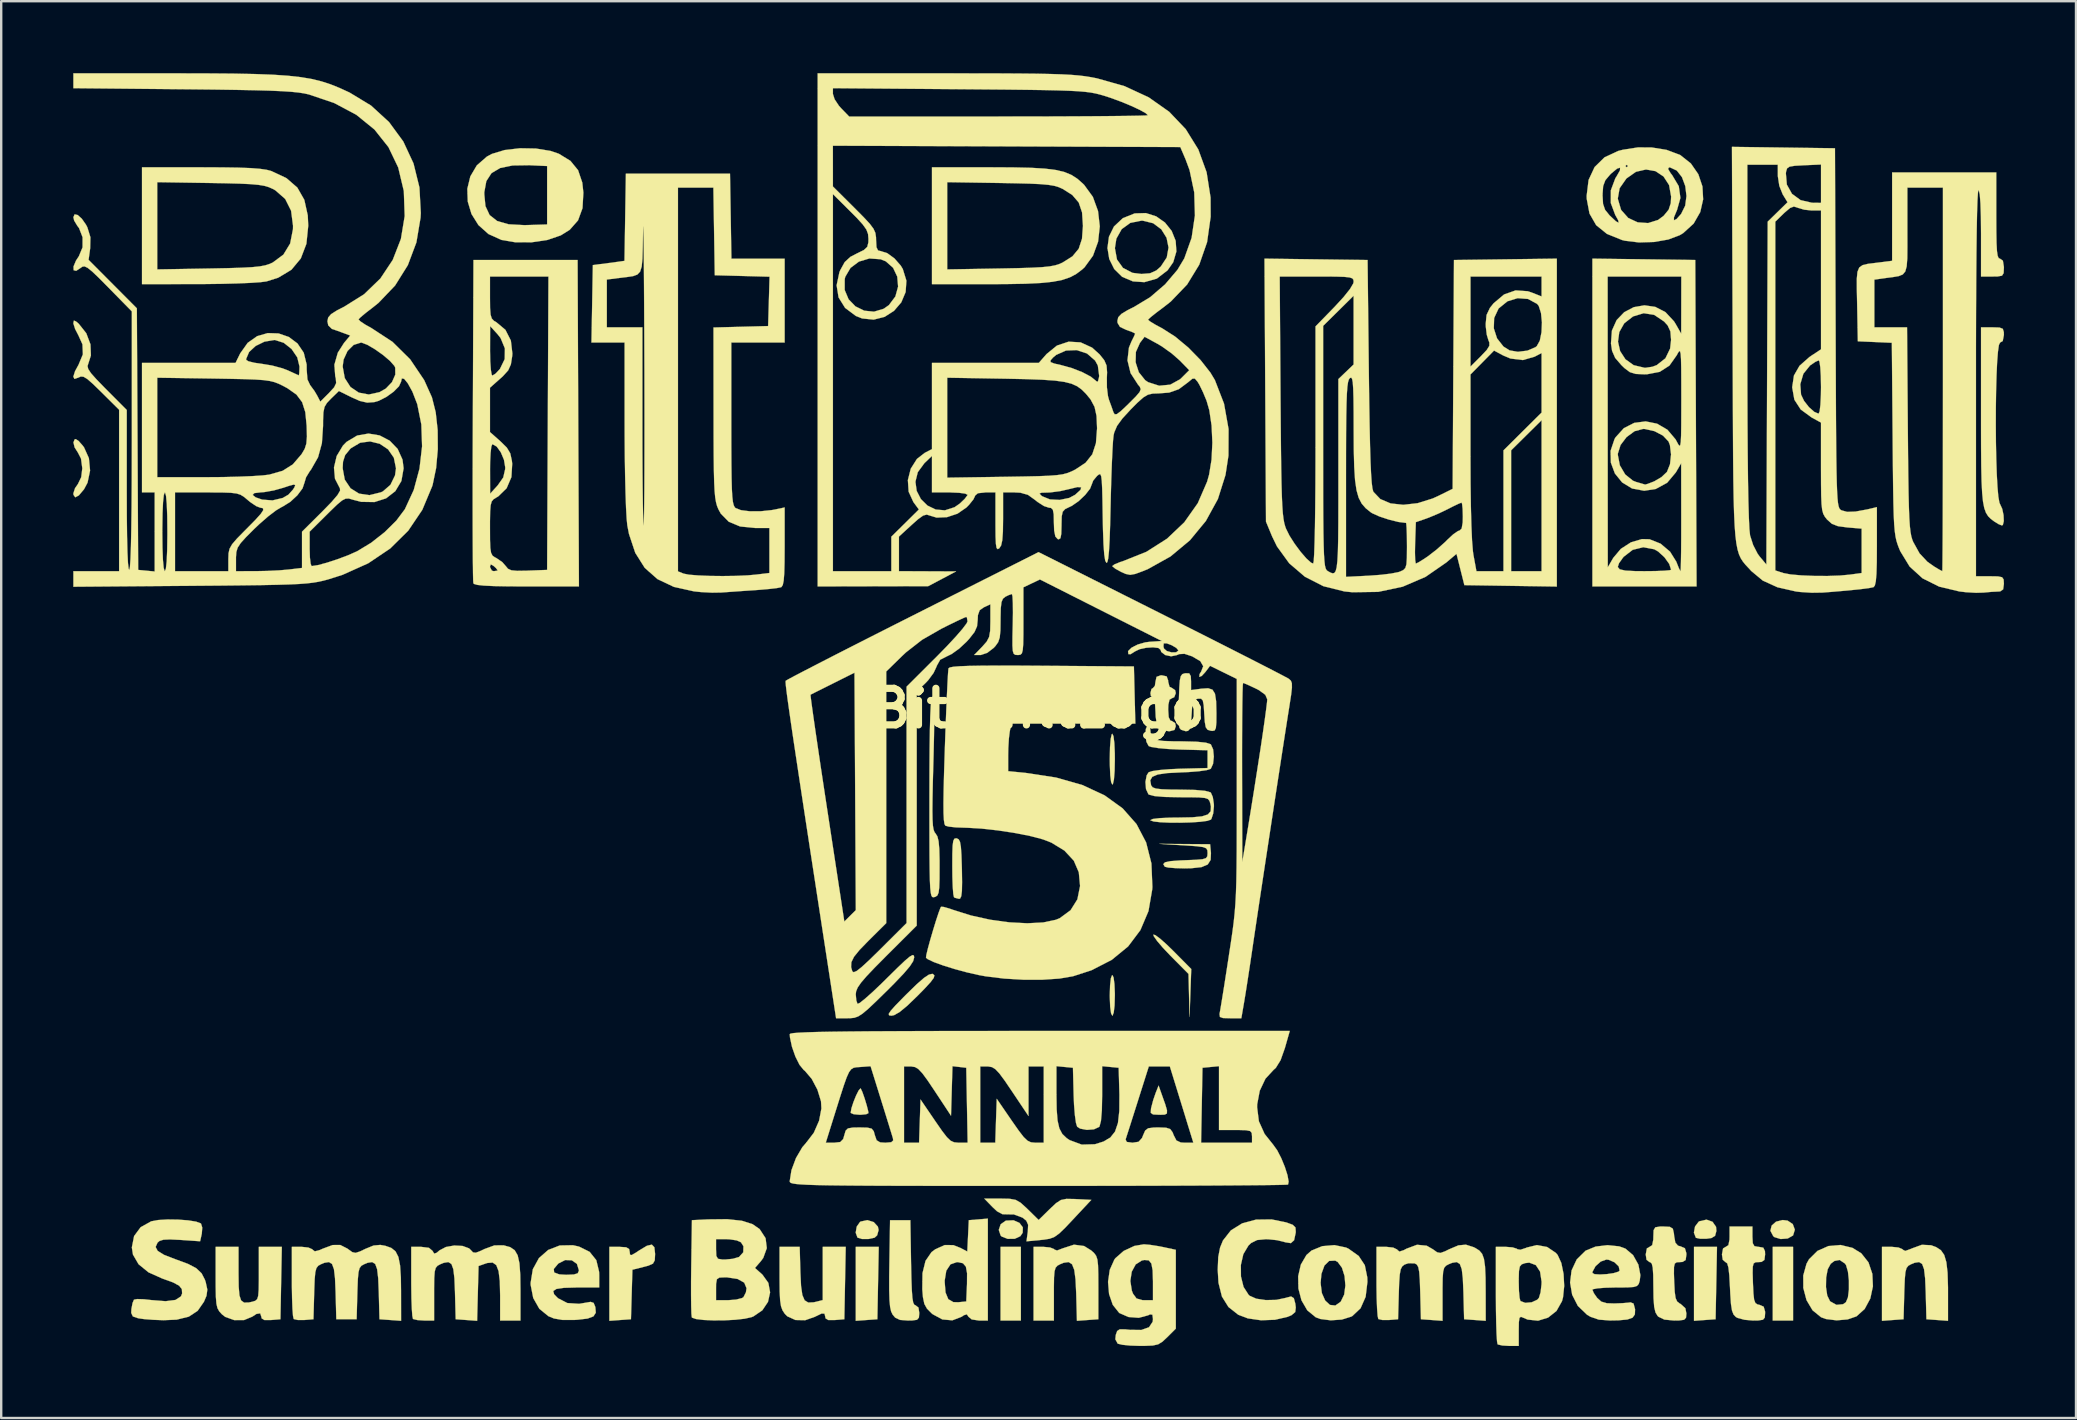
<source format=kicad_pcb>
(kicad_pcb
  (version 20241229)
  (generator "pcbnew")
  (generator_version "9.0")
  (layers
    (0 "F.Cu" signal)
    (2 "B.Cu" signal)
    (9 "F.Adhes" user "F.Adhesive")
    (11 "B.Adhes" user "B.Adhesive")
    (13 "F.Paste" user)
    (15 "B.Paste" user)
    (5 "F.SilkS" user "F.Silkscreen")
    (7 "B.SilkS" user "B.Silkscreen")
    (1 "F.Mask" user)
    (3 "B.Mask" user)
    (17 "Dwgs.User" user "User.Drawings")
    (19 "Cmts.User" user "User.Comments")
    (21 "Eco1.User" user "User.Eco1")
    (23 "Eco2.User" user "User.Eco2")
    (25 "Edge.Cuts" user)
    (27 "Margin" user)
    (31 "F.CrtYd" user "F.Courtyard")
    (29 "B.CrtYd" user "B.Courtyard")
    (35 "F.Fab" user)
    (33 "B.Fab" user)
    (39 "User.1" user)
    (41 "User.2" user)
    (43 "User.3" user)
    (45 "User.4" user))
  (footprint "BitBuiltLogo"
    (layer "F.Cu")
    (at 40.225 26.463)
    (property "Reference" "BitBuiltLogo" (at 0 0 0) (layer "F.SilkS") (effects (font (size 1.524 1.524) (thickness 0.3))))
    (attr through_hole)
    (fp_poly (pts (xy -0.741 25.506) (xy -1.587 25.506) (xy -1.587 22.437) (xy -0.741 22.437) (xy -0.741 25.506)) (stroke (width 0.01) (type solid)) (fill yes) (layer "F.SilkS"))
    (fp_poly (pts (xy 31.433 25.506) (xy 30.586 25.506) (xy 30.586 22.437) (xy 31.433 22.437) (xy 31.433 25.506)) (stroke (width 0.01) (type solid)) (fill yes) (layer "F.SilkS"))
    (fp_poly (pts (xy -6.72 25.453) (xy -7.17 25.485) (xy -7.62 25.518) (xy -7.62 22.437) (xy -6.662 22.437) (xy -6.72 25.453)) (stroke (width 0.01) (type solid)) (fill yes) (layer "F.SilkS"))
    (fp_poly (pts (xy 28.205 25.453) (xy 27.755 25.485) (xy 27.305 25.518) (xy 27.305 22.437) (xy 28.263 22.437) (xy 28.205 25.453)) (stroke (width 0.01) (type solid)) (fill yes) (layer "F.SilkS"))
    (fp_poly (pts (xy -0.799 21.438) (xy -0.659 21.625) (xy -0.665 21.849) (xy -0.762 21.992) (xy -0.993 22.1) (xy -1.289 22.104) (xy -1.538 22.008) (xy -1.583 21.965) (xy -1.662 21.731) (xy -1.581 21.495) (xy -1.37 21.346) (xy -1.361 21.344) (xy -1.046 21.33) (xy -0.799 21.438)) (stroke (width 0.01) (type solid)) (fill yes) (layer "F.SilkS"))
    (fp_poly (pts (xy 31.206 21.344) (xy 31.42 21.488) (xy 31.507 21.722) (xy 31.434 21.958) (xy 31.428 21.965) (xy 31.211 22.088) (xy 30.916 22.111) (xy 30.657 22.032) (xy 30.607 21.992) (xy 30.488 21.766) (xy 30.54 21.551) (xy 30.723 21.388) (xy 30.999 21.319) (xy 31.206 21.344)) (stroke (width 0.01) (type solid)) (fill yes) (layer "F.SilkS"))
    (fp_poly (pts (xy -6.871 21.405) (xy -6.698 21.594) (xy -6.668 21.735) (xy -6.729 21.957) (xy -6.835 22.055) (xy -7.095 22.11) (xy -7.367 22.109) (xy -7.545 22.052) (xy -7.549 22.049) (xy -7.623 21.848) (xy -7.581 21.596) (xy -7.445 21.401) (xy -7.415 21.382) (xy -7.134 21.323) (xy -6.871 21.405)) (stroke (width 0.01) (type solid)) (fill yes) (layer "F.SilkS"))
    (fp_poly (pts (xy 4.862 9.449) (xy 5.061 9.596) (xy 5.341 9.845) (xy 5.588 10.085) (xy 6.358 10.861) (xy 6.323 11.86) (xy 6.288 12.859) (xy 6.266 11.962) (xy 6.244 11.065) (xy 5.491 10.306) (xy 5.178 9.976) (xy 4.937 9.694) (xy 4.798 9.496) (xy 4.777 9.428) (xy 4.862 9.449)) (stroke (width 0.01) (type solid)) (fill yes) (layer "F.SilkS"))
    (fp_poly (pts (xy 5.129 16.087) (xy 5.275 16.498) (xy 5.348 16.749) (xy 5.344 16.879) (xy 5.257 16.927) (xy 5.082 16.934) (xy 5.021 16.933) (xy 4.767 16.921) (xy 4.671 16.853) (xy 4.681 16.682) (xy 4.689 16.642) (xy 4.773 16.322) (xy 4.872 16.034) (xy 4.998 15.716) (xy 5.129 16.087)) (stroke (width 0.01) (type solid)) (fill yes) (layer "F.SilkS"))
    (fp_poly (pts (xy 28.076 21.391) (xy 28.224 21.602) (xy 28.238 21.776) (xy 28.183 21.977) (xy 28.034 22.069) (xy 27.83 22.098) (xy 27.561 22.099) (xy 27.391 22.062) (xy 27.381 22.054) (xy 27.301 21.845) (xy 27.348 21.59) (xy 27.499 21.39) (xy 27.53 21.371) (xy 27.825 21.303) (xy 28.076 21.391)) (stroke (width 0.01) (type solid)) (fill yes) (layer "F.SilkS"))
    (fp_poly (pts (xy 3.118 1.159) (xy 3.154 1.44) (xy 3.173 1.872) (xy 3.175 2.117) (xy 3.165 2.608) (xy 3.137 2.964) (xy 3.094 3.153) (xy 3.069 3.175) (xy 3.02 3.074) (xy 2.984 2.793) (xy 2.966 2.361) (xy 2.963 2.117) (xy 2.973 1.625) (xy 3.002 1.27) (xy 3.045 1.081) (xy 3.069 1.058) (xy 3.118 1.159)) (stroke (width 0.01) (type solid)) (fill yes) (layer "F.SilkS"))
    (fp_poly (pts (xy 3.122 11.212) (xy 3.158 11.482) (xy 3.175 11.883) (xy 3.175 11.959) (xy 3.163 12.378) (xy 3.129 12.673) (xy 3.079 12.803) (xy 3.069 12.806) (xy 3.017 12.707) (xy 2.98 12.436) (xy 2.964 12.035) (xy 2.963 11.959) (xy 2.976 11.54) (xy 3.01 11.245) (xy 3.06 11.115) (xy 3.069 11.113) (xy 3.122 11.212)) (stroke (width 0.01) (type solid)) (fill yes) (layer "F.SilkS"))
    (fp_poly (pts (xy -7.413 15.84) (xy -7.345 15.983) (xy -7.253 16.245) (xy -7.163 16.541) (xy -7.102 16.784) (xy -7.091 16.866) (xy -7.184 16.911) (xy -7.413 16.933) (xy -7.461 16.933) (xy -7.706 16.911) (xy -7.828 16.858) (xy -7.832 16.846) (xy -7.798 16.656) (xy -7.713 16.395) (xy -7.605 16.129) (xy -7.5 15.921) (xy -7.424 15.835) (xy -7.413 15.84)) (stroke (width 0.01) (type solid)) (fill yes) (layer "F.SilkS"))
    (fp_poly (pts (xy -4.404 11.07) (xy -4.343 11.124) (xy -4.37 11.229) (xy -4.503 11.408) (xy -4.76 11.687) (xy -5.042 11.974) (xy -5.471 12.388) (xy -5.791 12.652) (xy -6.023 12.784) (xy -6.135 12.806) (xy -6.232 12.791) (xy -6.246 12.729) (xy -6.162 12.599) (xy -5.963 12.376) (xy -5.633 12.038) (xy -5.497 11.902) (xy -5.081 11.496) (xy -4.78 11.233) (xy -4.572 11.095) (xy -4.433 11.062) (xy -4.404 11.07)) (stroke (width 0.01) (type solid)) (fill yes) (layer "F.SilkS"))
    (fp_poly (pts (xy -39.999 -11.14) (xy -39.826 -10.944) (xy -39.774 -10.874) (xy -39.571 -10.423) (xy -39.522 -9.906) (xy -39.627 -9.404) (xy -39.774 -9.128) (xy -39.99 -8.872) (xy -40.141 -8.793) (xy -40.213 -8.896) (xy -40.217 -8.961) (xy -40.149 -9.172) (xy -40.031 -9.343) (xy -39.891 -9.631) (xy -39.846 -10.001) (xy -39.9 -10.406) (xy -40.031 -10.66) (xy -40.167 -10.874) (xy -40.215 -11.08) (xy -40.165 -11.206) (xy -40.118 -11.218) (xy -39.999 -11.14)) (stroke (width 0.01) (type solid)) (fill yes) (layer "F.SilkS"))
    (fp_poly (pts (xy -16.011 22.453) (xy -15.981 22.727) (xy -15.981 22.742) (xy -15.994 22.996) (xy -16.069 23.135) (xy -16.262 23.221) (xy -16.453 23.271) (xy -16.926 23.39) (xy -16.986 25.453) (xy -17.436 25.485) (xy -17.886 25.518) (xy -17.886 22.437) (xy -17.462 22.437) (xy -17.185 22.455) (xy -17.063 22.527) (xy -17.039 22.645) (xy -17.026 22.765) (xy -16.957 22.779) (xy -16.783 22.679) (xy -16.654 22.592) (xy -16.322 22.392) (xy -16.116 22.344) (xy -16.011 22.453)) (stroke (width 0.01) (type solid)) (fill yes) (layer "F.SilkS"))
    (fp_poly (pts (xy -3.413 5.417) (xy -3.333 5.457) (xy -3.277 5.561) (xy -3.24 5.767) (xy -3.217 6.109) (xy -3.2 6.623) (xy -3.198 6.695) (xy -3.19 7.243) (xy -3.197 7.61) (xy -3.224 7.826) (xy -3.272 7.924) (xy -3.313 7.938) (xy -3.494 7.892) (xy -3.528 7.867) (xy -3.556 7.739) (xy -3.579 7.444) (xy -3.594 7.029) (xy -3.598 6.589) (xy -3.596 6.068) (xy -3.584 5.724) (xy -3.557 5.523) (xy -3.51 5.431) (xy -3.438 5.414) (xy -3.413 5.417)) (stroke (width 0.01) (type solid)) (fill yes) (layer "F.SilkS"))
    (fp_poly (pts (xy -5.316 23.098) (xy -5.302 23.762) (xy -5.284 24.242) (xy -5.26 24.566) (xy -5.226 24.76) (xy -5.179 24.852) (xy -5.13 24.871) (xy -5.007 24.966) (xy -4.974 25.188) (xy -4.988 25.384) (xy -5.068 25.476) (xy -5.272 25.504) (xy -5.448 25.506) (xy -5.777 25.481) (xy -5.977 25.386) (xy -6.086 25.256) (xy -6.147 25.128) (xy -6.189 24.938) (xy -6.215 24.655) (xy -6.227 24.248) (xy -6.227 23.683) (xy -6.22 23.166) (xy -6.191 21.325) (xy -5.345 21.325) (xy -5.316 23.098)) (stroke (width 0.01) (type solid)) (fill yes) (layer "F.SilkS"))
    (fp_poly (pts (xy 7.144 5.662) (xy 7.179 6.028) (xy 7.166 6.315) (xy 7.046 6.505) (xy 6.788 6.615) (xy 6.365 6.662) (xy 6.083 6.668) (xy 5.701 6.658) (xy 5.407 6.634) (xy 5.26 6.6) (xy 5.256 6.597) (xy 5.192 6.49) (xy 5.264 6.415) (xy 5.495 6.366) (xy 5.908 6.336) (xy 6.112 6.328) (xy 6.555 6.31) (xy 6.828 6.286) (xy 6.972 6.241) (xy 7.028 6.162) (xy 7.038 6.037) (xy 7.038 6.032) (xy 7.029 5.909) (xy 6.977 5.829) (xy 6.84 5.778) (xy 6.581 5.744) (xy 6.16 5.715) (xy 6.032 5.707) (xy 5.027 5.646) (xy 7.144 5.662)) (stroke (width 0.01) (type solid)) (fill yes) (layer "F.SilkS"))
    (fp_poly (pts (xy -9.926 23.51) (xy -9.899 24.069) (xy -9.845 24.445) (xy -9.75 24.665) (xy -9.599 24.757) (xy -9.376 24.748) (xy -9.277 24.726) (xy -8.996 24.655) (xy -8.996 22.437) (xy -8.038 22.437) (xy -8.096 25.453) (xy -8.493 25.486) (xy -8.765 25.486) (xy -8.879 25.416) (xy -8.89 25.353) (xy -8.922 25.22) (xy -9.045 25.215) (xy -9.296 25.337) (xy -9.313 25.347) (xy -9.725 25.493) (xy -10.133 25.485) (xy -10.472 25.331) (xy -10.576 25.227) (xy -10.671 25.084) (xy -10.734 24.912) (xy -10.771 24.667) (xy -10.79 24.305) (xy -10.795 23.782) (xy -10.795 23.692) (xy -10.795 22.437) (xy -9.956 22.437) (xy -9.926 23.51)) (stroke (width 0.01) (type solid)) (fill yes) (layer "F.SilkS"))
    (fp_poly (pts (xy -1.207 20.434) (xy -0.957 20.48) (xy -0.751 20.598) (xy -0.507 20.819) (xy -0.454 20.871) (xy 0 21.317) (xy 0.459 20.866) (xy 0.724 20.617) (xy 0.927 20.485) (xy 1.154 20.438) (xy 1.49 20.444) (xy 1.557 20.447) (xy 2.195 20.479) (xy 1.441 21.286) (xy 1.099 21.648) (xy 0.853 21.884) (xy 0.656 22.024) (xy 0.461 22.098) (xy 0.222 22.137) (xy 0.091 22.15) (xy -0.507 22.207) (xy -0.452 21.803) (xy -0.438 21.518) (xy -0.516 21.344) (xy -0.675 21.218) (xy -1.031 21.086) (xy -1.267 21.083) (xy -1.51 21.077) (xy -1.734 20.955) (xy -1.923 20.778) (xy -2.264 20.426) (xy -1.586 20.426) (xy -1.207 20.434)) (stroke (width 0.01) (type solid)) (fill yes) (layer "F.SilkS"))
    (fp_poly (pts (xy -33.337 23.551) (xy -33.33 24.096) (xy -33.299 24.459) (xy -33.229 24.67) (xy -33.105 24.759) (xy -32.913 24.756) (xy -32.755 24.721) (xy -32.637 24.684) (xy -32.561 24.617) (xy -32.517 24.479) (xy -32.497 24.231) (xy -32.491 23.832) (xy -32.491 23.546) (xy -32.491 22.437) (xy -31.533 22.437) (xy -31.591 25.453) (xy -31.988 25.486) (xy -32.26 25.486) (xy -32.374 25.416) (xy -32.385 25.353) (xy -32.434 25.207) (xy -32.59 25.231) (xy -32.762 25.344) (xy -33.109 25.488) (xy -33.516 25.489) (xy -33.891 25.355) (xy -34.03 25.246) (xy -34.14 25.124) (xy -34.214 24.992) (xy -34.258 24.805) (xy -34.281 24.522) (xy -34.289 24.099) (xy -34.29 23.711) (xy -34.29 22.437) (xy -33.337 22.437) (xy -33.337 23.551)) (stroke (width 0.01) (type solid)) (fill yes) (layer "F.SilkS"))
    (fp_poly (pts (xy 1.894 22.402) (xy 2.19 22.586) (xy 2.314 22.699) (xy 2.397 22.813) (xy 2.448 22.969) (xy 2.475 23.211) (xy 2.485 23.578) (xy 2.487 24.114) (xy 2.487 24.147) (xy 2.487 25.453) (xy 2.041 25.485) (xy 1.595 25.518) (xy 1.565 24.385) (xy 1.537 23.797) (xy 1.484 23.397) (xy 1.392 23.163) (xy 1.25 23.071) (xy 1.045 23.099) (xy 0.908 23.154) (xy 0.786 23.218) (xy 0.708 23.304) (xy 0.662 23.454) (xy 0.641 23.71) (xy 0.635 24.114) (xy 0.635 24.392) (xy 0.635 25.506) (xy -0.212 25.506) (xy -0.212 22.437) (xy 0.203 22.437) (xy 0.475 22.463) (xy 0.639 22.527) (xy 0.655 22.549) (xy 0.767 22.589) (xy 1.008 22.497) (xy 1.472 22.346) (xy 1.894 22.402)) (stroke (width 0.01) (type solid)) (fill yes) (layer "F.SilkS"))
    (fp_poly (pts (xy 37.184 22.37) (xy 37.395 22.448) (xy 37.592 22.576) (xy 37.731 22.775) (xy 37.82 23.077) (xy 37.87 23.515) (xy 37.888 24.123) (xy 37.888 24.3) (xy 37.888 25.518) (xy 37.439 25.485) (xy 36.989 25.453) (xy 36.959 24.31) (xy 36.935 23.746) (xy 36.89 23.368) (xy 36.811 23.152) (xy 36.684 23.071) (xy 36.496 23.1) (xy 36.351 23.16) (xy 36.236 23.224) (xy 36.16 23.321) (xy 36.114 23.491) (xy 36.088 23.778) (xy 36.07 24.224) (xy 36.066 24.364) (xy 36.036 25.453) (xy 35.586 25.485) (xy 35.137 25.518) (xy 35.137 22.437) (xy 35.551 22.437) (xy 35.824 22.464) (xy 35.99 22.533) (xy 36.006 22.556) (xy 36.108 22.607) (xy 36.349 22.519) (xy 36.38 22.504) (xy 36.8 22.351) (xy 37.184 22.37)) (stroke (width 0.01) (type solid)) (fill yes) (layer "F.SilkS"))
    (fp_poly (pts (xy 5.334 -1.332) (xy 5.396 -1.16) (xy 5.397 -1.111) (xy 5.453 -0.898) (xy 5.556 -0.847) (xy 5.686 -0.758) (xy 5.715 -0.635) (xy 5.649 -0.463) (xy 5.556 -0.423) (xy 5.452 -0.361) (xy 5.404 -0.149) (xy 5.397 0.053) (xy 5.418 0.367) (xy 5.489 0.51) (xy 5.556 0.529) (xy 5.686 0.617) (xy 5.715 0.741) (xy 5.661 0.9) (xy 5.464 0.952) (xy 5.419 0.953) (xy 5.154 0.91) (xy 4.995 0.826) (xy 4.923 0.653) (xy 4.877 0.351) (xy 4.868 0.138) (xy 4.85 -0.175) (xy 4.804 -0.378) (xy 4.763 -0.423) (xy 4.677 -0.512) (xy 4.657 -0.635) (xy 4.701 -0.807) (xy 4.763 -0.847) (xy 4.842 -0.937) (xy 4.868 -1.111) (xy 4.912 -1.313) (xy 5.084 -1.375) (xy 5.133 -1.376) (xy 5.334 -1.332)) (stroke (width 0.01) (type solid)) (fill yes) (layer "F.SilkS"))
    (fp_poly (pts (xy 40.033 -15.866) (xy 40.172 -15.813) (xy 40.214 -15.677) (xy 40.217 -15.557) (xy 40.169 -15.305) (xy 40.058 -15.24) (xy 40.009 -15.139) (xy 39.969 -14.858) (xy 39.935 -14.426) (xy 39.91 -13.874) (xy 39.892 -13.233) (xy 39.882 -12.534) (xy 39.88 -11.807) (xy 39.885 -11.082) (xy 39.899 -10.391) (xy 39.92 -9.764) (xy 39.949 -9.231) (xy 39.985 -8.823) (xy 40.03 -8.571) (xy 40.055 -8.513) (xy 40.147 -8.313) (xy 40.202 -8.051) (xy 40.213 -7.801) (xy 40.174 -7.642) (xy 40.134 -7.62) (xy 39.994 -7.675) (xy 39.816 -7.785) (xy 39.675 -7.891) (xy 39.561 -8.004) (xy 39.47 -8.148) (xy 39.399 -8.344) (xy 39.347 -8.613) (xy 39.311 -8.977) (xy 39.287 -9.458) (xy 39.273 -10.077) (xy 39.266 -10.857) (xy 39.264 -11.819) (xy 39.264 -12.218) (xy 39.264 -15.875) (xy 39.74 -15.875) (xy 40.033 -15.866)) (stroke (width 0.01) (type solid)) (fill yes) (layer "F.SilkS"))
    (fp_poly (pts (xy 4.898 -20.498) (xy 5.264 -20.24) (xy 5.543 -19.891) (xy 5.709 -19.48) (xy 5.739 -19.036) (xy 5.608 -18.589) (xy 5.371 -18.249) (xy 4.924 -17.905) (xy 4.404 -17.757) (xy 3.928 -17.789) (xy 3.48 -17.979) (xy 3.149 -18.304) (xy 2.942 -18.721) (xy 2.869 -19.174) (xy 3.177 -19.174) (xy 3.263 -18.701) (xy 3.513 -18.352) (xy 3.907 -18.146) (xy 4.286 -18.098) (xy 4.643 -18.127) (xy 4.9 -18.243) (xy 5.088 -18.407) (xy 5.338 -18.785) (xy 5.412 -19.2) (xy 5.33 -19.606) (xy 5.11 -19.959) (xy 4.772 -20.212) (xy 4.335 -20.319) (xy 4.286 -20.32) (xy 3.82 -20.227) (xy 3.461 -19.967) (xy 3.238 -19.57) (xy 3.177 -19.174) (xy 2.869 -19.174) (xy 2.867 -19.185) (xy 2.93 -19.651) (xy 3.138 -20.076) (xy 3.498 -20.414) (xy 3.524 -20.43) (xy 4.003 -20.622) (xy 4.47 -20.635) (xy 4.898 -20.498)) (stroke (width 0.01) (type solid)) (fill yes) (layer "F.SilkS"))
    (fp_poly (pts (xy 12.806 22.465) (xy 12.904 22.51) (xy 13.334 22.815) (xy 13.59 23.202) (xy 13.693 23.71) (xy 13.698 23.897) (xy 13.624 24.519) (xy 13.412 24.997) (xy 13.071 25.318) (xy 13.021 25.345) (xy 12.633 25.466) (xy 12.169 25.498) (xy 11.735 25.442) (xy 11.546 25.372) (xy 11.193 25.082) (xy 10.951 24.665) (xy 10.823 24.174) (xy 10.819 23.948) (xy 11.748 23.948) (xy 11.8 24.363) (xy 11.939 24.674) (xy 12.136 24.856) (xy 12.361 24.881) (xy 12.586 24.722) (xy 12.586 24.722) (xy 12.73 24.426) (xy 12.78 24.049) (xy 12.746 23.653) (xy 12.636 23.304) (xy 12.458 23.065) (xy 12.356 23.01) (xy 12.104 23.023) (xy 11.907 23.216) (xy 11.782 23.563) (xy 11.748 23.948) (xy 10.819 23.948) (xy 10.813 23.66) (xy 10.924 23.177) (xy 11.158 22.776) (xy 11.37 22.59) (xy 11.816 22.408) (xy 12.327 22.364) (xy 12.806 22.465)) (stroke (width 0.01) (type solid)) (fill yes) (layer "F.SilkS"))
    (fp_poly (pts (xy 33.906 22.478) (xy 34.274 22.704) (xy 34.575 23.084) (xy 34.736 23.562) (xy 34.76 24.081) (xy 34.652 24.587) (xy 34.416 25.026) (xy 34.074 25.333) (xy 33.705 25.46) (xy 33.247 25.499) (xy 32.807 25.445) (xy 32.6 25.37) (xy 32.244 25.08) (xy 31.993 24.656) (xy 31.86 24.153) (xy 31.86 24.112) (xy 32.804 24.112) (xy 32.857 24.467) (xy 32.973 24.703) (xy 32.975 24.705) (xy 33.241 24.854) (xy 33.515 24.827) (xy 33.634 24.744) (xy 33.718 24.546) (xy 33.759 24.218) (xy 33.759 23.834) (xy 33.719 23.469) (xy 33.641 23.201) (xy 33.595 23.132) (xy 33.373 22.983) (xy 33.156 23.024) (xy 33.002 23.141) (xy 32.877 23.368) (xy 32.811 23.719) (xy 32.804 24.112) (xy 31.86 24.112) (xy 31.857 23.629) (xy 31.994 23.139) (xy 32.097 22.955) (xy 32.451 22.604) (xy 32.906 22.403) (xy 33.409 22.359) (xy 33.906 22.478)) (stroke (width 0.01) (type solid)) (fill yes) (layer "F.SilkS"))
    (fp_poly (pts (xy -2.117 25.506) (xy -2.49 25.506) (xy -2.788 25.461) (xy -2.924 25.349) (xy -2.991 25.248) (xy -3.112 25.284) (xy -3.209 25.349) (xy -3.594 25.498) (xy -4.013 25.461) (xy -4.416 25.243) (xy -4.464 25.202) (xy -4.653 25.011) (xy -4.762 24.814) (xy -4.82 24.54) (xy -4.848 24.207) (xy -4.844 23.88) (xy -3.916 23.88) (xy -3.88 24.338) (xy -3.765 24.617) (xy -3.554 24.739) (xy -3.353 24.745) (xy -3.016 24.712) (xy -2.985 23.981) (xy -2.982 23.536) (xy -3.032 23.262) (xy -3.154 23.12) (xy -3.363 23.074) (xy -3.406 23.073) (xy -3.673 23.165) (xy -3.848 23.43) (xy -3.915 23.844) (xy -3.916 23.88) (xy -4.844 23.88) (xy -4.839 23.531) (xy -4.713 23.019) (xy -4.465 22.658) (xy -4.302 22.535) (xy -3.91 22.361) (xy -3.551 22.365) (xy -3.259 22.481) (xy -2.973 22.631) (xy -2.91 21.325) (xy -2.117 21.26) (xy -2.117 25.506)) (stroke (width 0.01) (type solid)) (fill yes) (layer "F.SilkS"))
    (fp_poly (pts (xy -20.944 -23.324) (xy -20.333 -23.224) (xy -19.993 -23.108) (xy -19.508 -22.811) (xy -19.189 -22.421) (xy -19.014 -21.905) (xy -18.969 -21.487) (xy -19.005 -20.84) (xy -19.191 -20.332) (xy -19.538 -19.938) (xy -19.91 -19.706) (xy -20.468 -19.515) (xy -21.13 -19.417) (xy -21.81 -19.419) (xy -22.38 -19.516) (xy -22.924 -19.762) (xy -23.342 -20.135) (xy -23.631 -20.598) (xy -23.786 -21.114) (xy -23.797 -21.433) (xy -23.098 -21.433) (xy -23.049 -20.925) (xy -22.875 -20.552) (xy -22.559 -20.304) (xy -22.085 -20.168) (xy -21.436 -20.133) (xy -21.325 -20.135) (xy -20.479 -20.161) (xy -20.479 -22.595) (xy -21.22 -22.629) (xy -21.918 -22.619) (xy -22.439 -22.512) (xy -22.798 -22.298) (xy -23.012 -21.967) (xy -23.096 -21.508) (xy -23.098 -21.433) (xy -23.797 -21.433) (xy -23.804 -21.648) (xy -23.679 -22.163) (xy -23.409 -22.622) (xy -22.989 -22.989) (xy -22.778 -23.102) (xy -22.248 -23.262) (xy -21.609 -23.336) (xy -20.944 -23.324)) (stroke (width 0.01) (type solid)) (fill yes) (layer "F.SilkS"))
    (fp_poly (pts (xy 6.273 -1.458) (xy 6.339 -1.343) (xy 6.35 -1.129) (xy 6.35 -0.761) (xy 6.784 -0.819) (xy 7.062 -0.837) (xy 7.243 -0.778) (xy 7.347 -0.61) (xy 7.395 -0.297) (xy 7.407 0.193) (xy 7.404 0.59) (xy 7.384 0.818) (xy 7.333 0.921) (xy 7.238 0.941) (xy 7.17 0.933) (xy 7.039 0.893) (xy 6.962 0.787) (xy 6.922 0.564) (xy 6.9 0.231) (xy 6.877 -0.131) (xy 6.839 -0.328) (xy 6.767 -0.404) (xy 6.642 -0.404) (xy 6.636 -0.404) (xy 6.506 -0.362) (xy 6.431 -0.252) (xy 6.391 -0.021) (xy 6.371 0.291) (xy 6.346 0.656) (xy 6.302 0.857) (xy 6.223 0.939) (xy 6.13 0.953) (xy 5.932 0.891) (xy 5.866 0.813) (xy 5.846 0.652) (xy 5.836 0.333) (xy 5.837 -0.091) (xy 5.843 -0.378) (xy 5.86 -0.858) (xy 5.883 -1.166) (xy 5.922 -1.342) (xy 5.988 -1.427) (xy 6.09 -1.459) (xy 6.112 -1.463) (xy 6.273 -1.458)) (stroke (width 0.01) (type solid)) (fill yes) (layer "F.SilkS"))
    (fp_poly (pts (xy -4.393 -0.453) (xy -4.368 -0.292) (xy -4.354 0.014) (xy -4.351 0.479) (xy -4.359 1.12) (xy -4.378 1.952) (xy -4.386 2.243) (xy -4.409 3.097) (xy -4.422 3.763) (xy -4.427 4.268) (xy -4.421 4.635) (xy -4.405 4.89) (xy -4.377 5.056) (xy -4.337 5.16) (xy -4.295 5.214) (xy -4.219 5.334) (xy -4.169 5.537) (xy -4.14 5.86) (xy -4.128 6.342) (xy -4.128 6.595) (xy -4.13 7.119) (xy -4.142 7.469) (xy -4.17 7.682) (xy -4.22 7.797) (xy -4.298 7.85) (xy -4.339 7.862) (xy -4.392 7.872) (xy -4.436 7.856) (xy -4.471 7.797) (xy -4.497 7.674) (xy -4.518 7.469) (xy -4.532 7.163) (xy -4.541 6.735) (xy -4.547 6.168) (xy -4.55 5.442) (xy -4.551 4.536) (xy -4.551 3.753) (xy -4.549 2.605) (xy -4.543 1.657) (xy -4.532 0.897) (xy -4.516 0.315) (xy -4.496 -0.1) (xy -4.469 -0.361) (xy -4.437 -0.478) (xy -4.43 -0.486) (xy -4.393 -0.453)) (stroke (width 0.01) (type solid)) (fill yes) (layer "F.SilkS"))
    (fp_poly (pts (xy 10.319 21.419) (xy 10.587 21.518) (xy 10.701 21.631) (xy 10.713 21.819) (xy 10.708 21.86) (xy 10.643 22.162) (xy 10.509 22.282) (xy 10.272 22.246) (xy 10.223 22.229) (xy 9.932 22.159) (xy 9.563 22.121) (xy 9.46 22.119) (xy 9.102 22.153) (xy 8.853 22.277) (xy 8.74 22.385) (xy 8.528 22.741) (xy 8.425 23.193) (xy 8.429 23.671) (xy 8.538 24.108) (xy 8.75 24.438) (xy 8.791 24.474) (xy 9.067 24.597) (xy 9.465 24.655) (xy 9.9 24.646) (xy 10.29 24.564) (xy 10.316 24.555) (xy 10.518 24.504) (xy 10.632 24.574) (xy 10.694 24.802) (xy 10.714 24.964) (xy 10.691 25.153) (xy 10.536 25.284) (xy 10.372 25.353) (xy 9.844 25.475) (xy 9.264 25.496) (xy 8.715 25.417) (xy 8.317 25.266) (xy 7.908 24.943) (xy 7.637 24.508) (xy 7.493 23.936) (xy 7.461 23.389) (xy 7.483 22.861) (xy 7.559 22.467) (xy 7.679 22.172) (xy 8.009 21.751) (xy 8.48 21.458) (xy 9.057 21.302) (xy 9.707 21.294) (xy 10.319 21.419)) (stroke (width 0.01) (type solid)) (fill yes) (layer "F.SilkS"))
    (fp_poly (pts (xy 29.739 22.013) (xy 29.754 22.286) (xy 29.822 22.407) (xy 29.981 22.437) (xy 30.004 22.437) (xy 30.193 22.471) (xy 30.262 22.616) (xy 30.268 22.754) (xy 30.24 22.981) (xy 30.119 23.064) (xy 29.999 23.072) (xy 29.868 23.079) (xy 29.79 23.129) (xy 29.754 23.264) (xy 29.749 23.526) (xy 29.761 23.945) (xy 29.781 24.375) (xy 29.81 24.638) (xy 29.863 24.776) (xy 29.951 24.836) (xy 30.03 24.852) (xy 30.208 24.929) (xy 30.267 25.131) (xy 30.268 25.196) (xy 30.255 25.382) (xy 30.179 25.473) (xy 29.985 25.503) (xy 29.759 25.506) (xy 29.412 25.476) (xy 29.127 25.4) (xy 29.049 25.359) (xy 28.954 25.258) (xy 28.889 25.093) (xy 28.846 24.822) (xy 28.817 24.401) (xy 28.805 24.142) (xy 28.777 23.631) (xy 28.74 23.302) (xy 28.689 23.125) (xy 28.617 23.072) (xy 28.616 23.072) (xy 28.503 22.976) (xy 28.469 22.754) (xy 28.516 22.502) (xy 28.628 22.437) (xy 28.738 22.367) (xy 28.784 22.135) (xy 28.787 22.013) (xy 28.787 21.59) (xy 29.739 21.59) (xy 29.739 22.013)) (stroke (width 0.01) (type solid)) (fill yes) (layer "F.SilkS"))
    (fp_poly (pts (xy -19.151 22.426) (xy -18.708 22.645) (xy -18.43 22.992) (xy -18.314 23.475) (xy -18.309 23.615) (xy -18.309 24.13) (xy -19.262 24.13) (xy -19.775 24.144) (xy -20.091 24.19) (xy -20.224 24.276) (xy -20.189 24.411) (xy -20.029 24.576) (xy -19.638 24.778) (xy -19.146 24.81) (xy -18.926 24.773) (xy -18.668 24.729) (xy -18.541 24.771) (xy -18.476 24.929) (xy -18.47 24.952) (xy -18.451 25.181) (xy -18.549 25.333) (xy -18.794 25.425) (xy -19.214 25.474) (xy -19.343 25.482) (xy -19.834 25.483) (xy -20.195 25.421) (xy -20.426 25.326) (xy -20.803 25.018) (xy -21.058 24.569) (xy -21.165 24.024) (xy -21.167 23.94) (xy -21.075 23.37) (xy -21.068 23.358) (xy -20.202 23.358) (xy -20.186 23.504) (xy -19.971 23.584) (xy -19.685 23.601) (xy -19.364 23.588) (xy -19.205 23.538) (xy -19.156 23.432) (xy -19.156 23.41) (xy -19.239 23.145) (xy -19.45 22.997) (xy -19.726 22.986) (xy -20.007 23.129) (xy -20.021 23.141) (xy -20.202 23.358) (xy -21.068 23.358) (xy -20.82 22.904) (xy -20.435 22.566) (xy -19.952 22.379) (xy -19.402 22.369) (xy -19.151 22.426)) (stroke (width 0.01) (type solid)) (fill yes) (layer "F.SilkS"))
    (fp_poly (pts (xy 26.298 21.603) (xy 26.423 21.68) (xy 26.469 21.881) (xy 26.478 21.987) (xy 26.528 22.262) (xy 26.64 22.388) (xy 26.749 22.418) (xy 26.927 22.495) (xy 26.986 22.696) (xy 26.988 22.762) (xy 26.958 22.985) (xy 26.831 23.065) (xy 26.718 23.072) (xy 26.584 23.08) (xy 26.506 23.132) (xy 26.472 23.274) (xy 26.469 23.548) (xy 26.48 23.892) (xy 26.502 24.313) (xy 26.539 24.571) (xy 26.605 24.717) (xy 26.714 24.8) (xy 26.749 24.817) (xy 26.946 24.995) (xy 26.988 25.213) (xy 26.973 25.389) (xy 26.893 25.475) (xy 26.691 25.503) (xy 26.475 25.506) (xy 26.072 25.468) (xy 25.822 25.347) (xy 25.787 25.312) (xy 25.7 25.168) (xy 25.646 24.938) (xy 25.619 24.579) (xy 25.612 24.095) (xy 25.606 23.611) (xy 25.586 23.303) (xy 25.546 23.136) (xy 25.48 23.075) (xy 25.453 23.072) (xy 25.327 22.977) (xy 25.294 22.754) (xy 25.341 22.502) (xy 25.453 22.437) (xy 25.563 22.367) (xy 25.609 22.135) (xy 25.612 22.013) (xy 25.622 21.742) (xy 25.693 21.622) (xy 25.885 21.591) (xy 26.029 21.59) (xy 26.298 21.603)) (stroke (width 0.01) (type solid)) (fill yes) (layer "F.SilkS"))
    (fp_poly (pts (xy -34.023 -22.539) (xy -33.346 -22.529) (xy -32.828 -22.509) (xy -32.442 -22.479) (xy -32.162 -22.438) (xy -31.968 -22.386) (xy -31.339 -22.09) (xy -30.886 -21.697) (xy -30.595 -21.186) (xy -30.452 -20.538) (xy -30.432 -20.108) (xy -30.509 -19.355) (xy -30.742 -18.745) (xy -31.132 -18.275) (xy -31.683 -17.943) (xy -32.173 -17.788) (xy -32.419 -17.756) (xy -32.838 -17.727) (xy -33.392 -17.704) (xy -34.041 -17.687) (xy -34.747 -17.678) (xy -35.004 -17.677) (xy -37.359 -17.674) (xy -37.359 -18.288) (xy -36.724 -18.288) (xy -34.528 -18.326) (xy -33.773 -18.341) (xy -33.197 -18.359) (xy -32.768 -18.382) (xy -32.454 -18.414) (xy -32.222 -18.458) (xy -32.04 -18.517) (xy -31.912 -18.575) (xy -31.467 -18.905) (xy -31.186 -19.367) (xy -31.069 -19.962) (xy -31.066 -20.108) (xy -31.147 -20.733) (xy -31.393 -21.224) (xy -31.803 -21.583) (xy -31.912 -21.643) (xy -32.076 -21.716) (xy -32.264 -21.771) (xy -32.507 -21.811) (xy -32.838 -21.841) (xy -33.289 -21.862) (xy -33.893 -21.878) (xy -34.528 -21.889) (xy -36.724 -21.923) (xy -36.724 -18.288) (xy -37.359 -18.288) (xy -37.359 -22.543) (xy -34.885 -22.543) (xy -34.023 -22.539)) (stroke (width 0.01) (type solid)) (fill yes) (layer "F.SilkS"))
    (fp_poly (pts (xy -1.056 -22.538) (xy -0.319 -22.522) (xy 0.264 -22.487) (xy 0.719 -22.43) (xy 1.076 -22.345) (xy 1.363 -22.226) (xy 1.608 -22.069) (xy 1.839 -21.866) (xy 1.896 -21.81) (xy 2.258 -21.313) (xy 2.474 -20.72) (xy 2.547 -20.082) (xy 2.477 -19.446) (xy 2.265 -18.861) (xy 1.913 -18.376) (xy 1.809 -18.281) (xy 1.568 -18.1) (xy 1.303 -17.959) (xy 0.986 -17.851) (xy 0.59 -17.774) (xy 0.087 -17.722) (xy -0.552 -17.691) (xy -1.355 -17.677) (xy -2.03 -17.674) (xy -4.445 -17.674) (xy -4.445 -18.288) (xy -3.81 -18.288) (xy -1.614 -18.326) (xy -0.859 -18.341) (xy -0.284 -18.359) (xy 0.145 -18.382) (xy 0.458 -18.414) (xy 0.689 -18.458) (xy 0.87 -18.516) (xy 0.999 -18.575) (xy 1.41 -18.835) (xy 1.669 -19.148) (xy 1.806 -19.563) (xy 1.846 -20.1) (xy 1.809 -20.663) (xy 1.669 -21.076) (xy 1.399 -21.391) (xy 0.999 -21.643) (xy 0.836 -21.716) (xy 0.65 -21.771) (xy 0.408 -21.811) (xy 0.079 -21.841) (xy -0.371 -21.862) (xy -0.973 -21.877) (xy -1.614 -21.889) (xy -3.81 -21.923) (xy -3.81 -18.288) (xy -4.445 -18.288) (xy -4.445 -22.543) (xy -1.977 -22.543) (xy -1.056 -22.538)) (stroke (width 0.01) (type solid)) (fill yes) (layer "F.SilkS"))
    (fp_poly (pts (xy 4.642 22.353) (xy 4.999 22.409) (xy 5.181 22.445) (xy 5.715 22.56) (xy 5.715 25.845) (xy 5.355 26.204) (xy 5.156 26.39) (xy 4.979 26.498) (xy 4.756 26.548) (xy 4.42 26.562) (xy 4.217 26.563) (xy 3.816 26.55) (xy 3.488 26.517) (xy 3.3 26.472) (xy 3.293 26.468) (xy 3.195 26.287) (xy 3.214 26.104) (xy 3.271 25.944) (xy 3.376 25.874) (xy 3.591 25.872) (xy 3.794 25.894) (xy 4.277 25.9) (xy 4.599 25.786) (xy 4.751 25.556) (xy 4.763 25.445) (xy 4.74 25.262) (xy 4.639 25.251) (xy 4.558 25.29) (xy 4.173 25.393) (xy 3.743 25.36) (xy 3.373 25.199) (xy 3.351 25.183) (xy 3.089 24.854) (xy 2.934 24.405) (xy 2.891 23.898) (xy 2.897 23.856) (xy 3.82 23.856) (xy 3.883 24.262) (xy 3.933 24.39) (xy 4.079 24.588) (xy 4.318 24.657) (xy 4.409 24.659) (xy 4.763 24.659) (xy 4.763 23.872) (xy 4.749 23.413) (xy 4.697 23.133) (xy 4.589 23) (xy 4.41 22.984) (xy 4.298 23.006) (xy 4.043 23.169) (xy 3.879 23.472) (xy 3.82 23.856) (xy 2.897 23.856) (xy 2.962 23.398) (xy 3.153 22.97) (xy 3.198 22.908) (xy 3.544 22.606) (xy 3.991 22.398) (xy 4.383 22.331) (xy 4.642 22.353)) (stroke (width 0.01) (type solid)) (fill yes) (layer "F.SilkS"))
    (fp_poly (pts (xy -35.855 21.302) (xy -35.437 21.333) (xy -35.101 21.387) (xy -34.908 21.46) (xy -34.9 21.467) (xy -34.848 21.634) (xy -34.867 21.887) (xy -34.937 22.204) (xy -35.754 22.148) (xy -36.189 22.127) (xy -36.464 22.139) (xy -36.629 22.191) (xy -36.713 22.264) (xy -36.791 22.442) (xy -36.704 22.607) (xy -36.436 22.772) (xy -35.974 22.951) (xy -35.944 22.961) (xy -35.436 23.149) (xy -35.094 23.331) (xy -34.875 23.54) (xy -34.737 23.808) (xy -34.703 23.912) (xy -34.637 24.218) (xy -34.671 24.474) (xy -34.779 24.728) (xy -35.04 25.102) (xy -35.409 25.345) (xy -35.915 25.47) (xy -36.46 25.493) (xy -36.887 25.477) (xy -37.274 25.447) (xy -37.518 25.412) (xy -37.74 25.336) (xy -37.808 25.19) (xy -37.8 25.028) (xy -37.753 24.778) (xy -37.693 24.637) (xy -37.559 24.612) (xy -37.28 24.62) (xy -36.964 24.655) (xy -36.377 24.701) (xy -35.965 24.649) (xy -35.735 24.499) (xy -35.687 24.378) (xy -35.698 24.199) (xy -35.813 24.054) (xy -36.066 23.918) (xy -36.492 23.764) (xy -36.513 23.757) (xy -37.088 23.499) (xy -37.502 23.161) (xy -37.735 22.76) (xy -37.782 22.462) (xy -37.688 21.987) (xy -37.415 21.618) (xy -36.979 21.375) (xy -36.97 21.372) (xy -36.684 21.319) (xy -36.291 21.296) (xy -35.855 21.302)) (stroke (width 0.01) (type solid)) (fill yes) (layer "F.SilkS"))
    (fp_poly (pts (xy 21.187 22.443) (xy 21.549 22.688) (xy 21.626 22.779) (xy 21.778 23.11) (xy 21.871 23.566) (xy 21.897 24.068) (xy 21.849 24.535) (xy 21.806 24.699) (xy 21.576 25.107) (xy 21.226 25.385) (xy 20.808 25.513) (xy 20.373 25.467) (xy 20.207 25.396) (xy 20.094 25.351) (xy 20.033 25.398) (xy 20.008 25.575) (xy 20.003 25.923) (xy 20.003 26.564) (xy 19.597 26.564) (xy 19.317 26.547) (xy 19.138 26.505) (xy 19.121 26.494) (xy 19.098 26.37) (xy 19.079 26.07) (xy 19.064 25.626) (xy 19.054 25.072) (xy 19.05 24.445) (xy 19.05 24.43) (xy 19.05 23.903) (xy 20.003 23.903) (xy 20.012 24.276) (xy 20.038 24.56) (xy 20.073 24.694) (xy 20.073 24.694) (xy 20.275 24.77) (xy 20.546 24.746) (xy 20.777 24.638) (xy 20.845 24.56) (xy 20.914 24.328) (xy 20.952 23.997) (xy 20.955 23.889) (xy 20.892 23.468) (xy 20.715 23.197) (xy 20.442 23.094) (xy 20.271 23.114) (xy 20.129 23.164) (xy 20.048 23.257) (xy 20.012 23.445) (xy 20.003 23.78) (xy 20.003 23.903) (xy 19.05 23.903) (xy 19.05 22.437) (xy 19.467 22.437) (xy 19.747 22.459) (xy 19.925 22.515) (xy 19.944 22.534) (xy 20.07 22.558) (xy 20.301 22.483) (xy 20.336 22.466) (xy 20.76 22.363) (xy 21.187 22.443)) (stroke (width 0.01) (type solid)) (fill yes) (layer "F.SilkS"))
    (fp_poly (pts (xy 24.188 22.416) (xy 24.448 22.51) (xy 24.768 22.783) (xy 24.988 23.178) (xy 25.071 23.614) (xy 25.044 23.846) (xy 25.003 23.98) (xy 24.931 24.064) (xy 24.787 24.109) (xy 24.525 24.127) (xy 24.102 24.13) (xy 24.022 24.13) (xy 23.603 24.14) (xy 23.279 24.166) (xy 23.095 24.203) (xy 23.072 24.224) (xy 23.133 24.367) (xy 23.269 24.562) (xy 23.441 24.718) (xy 23.675 24.786) (xy 23.983 24.796) (xy 24.322 24.783) (xy 24.586 24.761) (xy 24.659 24.749) (xy 24.786 24.798) (xy 24.849 25.032) (xy 24.85 25.042) (xy 24.842 25.251) (xy 24.746 25.387) (xy 24.528 25.464) (xy 24.156 25.498) (xy 23.802 25.504) (xy 23.342 25.47) (xy 22.991 25.35) (xy 22.849 25.266) (xy 22.465 24.897) (xy 22.229 24.434) (xy 22.142 23.925) (xy 22.192 23.524) (xy 23.072 23.524) (xy 23.163 23.575) (xy 23.39 23.589) (xy 23.679 23.572) (xy 23.959 23.531) (xy 24.156 23.471) (xy 24.206 23.428) (xy 24.168 23.25) (xy 23.993 23.08) (xy 23.75 22.976) (xy 23.652 22.966) (xy 23.42 23.049) (xy 23.201 23.244) (xy 23.078 23.472) (xy 23.072 23.524) (xy 22.192 23.524) (xy 22.205 23.418) (xy 22.419 22.961) (xy 22.784 22.601) (xy 22.795 22.593) (xy 23.205 22.426) (xy 23.702 22.366) (xy 24.188 22.416)) (stroke (width 0.01) (type solid)) (fill yes) (layer "F.SilkS"))
    (fp_poly (pts (xy -22.28 22.376) (xy -22.018 22.449) (xy -21.831 22.576) (xy -21.707 22.788) (xy -21.633 23.118) (xy -21.598 23.597) (xy -21.59 24.206) (xy -21.59 25.506) (xy -22.437 25.506) (xy -22.437 24.468) (xy -22.451 23.863) (xy -22.502 23.447) (xy -22.598 23.197) (xy -22.749 23.091) (xy -22.966 23.108) (xy -23.035 23.129) (xy -23.336 23.235) (xy -23.366 24.376) (xy -23.396 25.518) (xy -23.843 25.485) (xy -24.289 25.453) (xy -24.319 24.31) (xy -24.342 23.746) (xy -24.387 23.369) (xy -24.466 23.152) (xy -24.594 23.071) (xy -24.782 23.101) (xy -24.93 23.161) (xy -25.045 23.224) (xy -25.12 23.313) (xy -25.163 23.47) (xy -25.182 23.739) (xy -25.188 24.159) (xy -25.188 24.392) (xy -25.188 25.506) (xy -25.594 25.506) (xy -25.874 25.489) (xy -26.053 25.447) (xy -26.07 25.435) (xy -26.096 25.309) (xy -26.117 25.012) (xy -26.133 24.584) (xy -26.14 24.067) (xy -26.141 23.901) (xy -26.141 22.437) (xy -25.729 22.437) (xy -25.404 22.477) (xy -25.252 22.605) (xy -25.25 22.61) (xy -25.185 22.718) (xy -25.082 22.684) (xy -24.963 22.583) (xy -24.697 22.443) (xy -24.349 22.381) (xy -24 22.4) (xy -23.732 22.499) (xy -23.663 22.565) (xy -23.567 22.667) (xy -23.448 22.681) (xy -23.241 22.601) (xy -23.089 22.527) (xy -22.675 22.376) (xy -22.302 22.372) (xy -22.28 22.376)) (stroke (width 0.01) (type solid)) (fill yes) (layer "F.SilkS"))
    (fp_poly (pts (xy -27.218 22.394) (xy -26.971 22.482) (xy -26.794 22.626) (xy -26.676 22.858) (xy -26.606 23.21) (xy -26.573 23.714) (xy -26.566 24.268) (xy -26.564 25.518) (xy -27.014 25.485) (xy -27.464 25.453) (xy -27.494 24.31) (xy -27.517 23.746) (xy -27.562 23.368) (xy -27.641 23.152) (xy -27.768 23.071) (xy -27.957 23.1) (xy -28.102 23.16) (xy -28.217 23.224) (xy -28.292 23.321) (xy -28.338 23.491) (xy -28.365 23.778) (xy -28.382 24.224) (xy -28.386 24.364) (xy -28.416 25.453) (xy -29.263 25.453) (xy -29.293 24.31) (xy -29.317 23.746) (xy -29.361 23.368) (xy -29.441 23.152) (xy -29.568 23.071) (xy -29.756 23.1) (xy -29.901 23.16) (xy -30.016 23.224) (xy -30.091 23.321) (xy -30.137 23.491) (xy -30.164 23.778) (xy -30.181 24.224) (xy -30.185 24.364) (xy -30.215 25.453) (xy -30.59 25.484) (xy -30.859 25.486) (xy -31.029 25.448) (xy -31.039 25.44) (xy -31.067 25.312) (xy -31.09 25.013) (xy -31.106 24.584) (xy -31.115 24.066) (xy -31.115 23.901) (xy -31.115 22.437) (xy -30.7 22.437) (xy -30.426 22.466) (xy -30.26 22.539) (xy -30.244 22.564) (xy -30.156 22.624) (xy -29.948 22.567) (xy -29.822 22.511) (xy -29.416 22.361) (xy -29.097 22.359) (xy -28.803 22.508) (xy -28.764 22.537) (xy -28.597 22.657) (xy -28.459 22.688) (xy -28.272 22.627) (xy -28.052 22.521) (xy -27.712 22.382) (xy -27.43 22.356) (xy -27.218 22.394)) (stroke (width 0.01) (type solid)) (fill yes) (layer "F.SilkS"))
    (fp_poly (pts (xy -12.368 21.349) (xy -11.919 21.492) (xy -11.624 21.698) (xy -11.377 22.076) (xy -11.326 22.491) (xy -11.474 22.898) (xy -11.571 23.03) (xy -11.819 23.317) (xy -11.508 23.595) (xy -11.262 23.938) (xy -11.189 24.333) (xy -11.277 24.73) (xy -11.512 25.08) (xy -11.883 25.334) (xy -11.969 25.368) (xy -12.251 25.431) (xy -12.643 25.475) (xy -13.091 25.498) (xy -13.547 25.501) (xy -13.958 25.483) (xy -14.272 25.445) (xy -14.44 25.387) (xy -14.452 25.37) (xy -14.467 25.225) (xy -14.477 24.905) (xy -14.482 24.445) (xy -14.482 24.183) (xy -13.441 24.183) (xy -13.441 24.659) (xy -12.933 24.659) (xy -12.606 24.634) (xy -12.36 24.571) (xy -12.298 24.532) (xy -12.196 24.33) (xy -12.171 24.159) (xy -12.268 23.927) (xy -12.545 23.774) (xy -12.982 23.708) (xy -13.077 23.707) (xy -13.301 23.717) (xy -13.406 23.787) (xy -13.439 23.974) (xy -13.441 24.183) (xy -14.482 24.183) (xy -14.482 23.881) (xy -14.475 23.28) (xy -14.458 22.119) (xy -13.441 22.119) (xy -13.441 22.543) (xy -13.43 22.814) (xy -13.36 22.934) (xy -13.178 22.965) (xy -13.063 22.966) (xy -12.746 22.935) (xy -12.492 22.862) (xy -12.481 22.856) (xy -12.307 22.663) (xy -12.3 22.412) (xy -12.404 22.246) (xy -12.583 22.167) (xy -12.878 22.123) (xy -12.986 22.119) (xy -13.441 22.119) (xy -14.458 22.119) (xy -14.446 21.325) (xy -13.758 21.292) (xy -12.974 21.284) (xy -12.368 21.349)) (stroke (width 0.01) (type solid)) (fill yes) (layer "F.SilkS"))
    (fp_poly (pts (xy 18.119 22.448) (xy 18.195 22.485) (xy 18.361 22.59) (xy 18.478 22.729) (xy 18.554 22.939) (xy 18.599 23.253) (xy 18.62 23.709) (xy 18.625 24.321) (xy 18.627 25.518) (xy 18.177 25.485) (xy 17.727 25.453) (xy 17.697 24.31) (xy 17.673 23.746) (xy 17.629 23.369) (xy 17.549 23.152) (xy 17.422 23.071) (xy 17.233 23.101) (xy 17.085 23.161) (xy 16.971 23.223) (xy 16.896 23.312) (xy 16.854 23.469) (xy 16.834 23.736) (xy 16.828 24.155) (xy 16.828 24.398) (xy 16.828 25.518) (xy 16.378 25.485) (xy 15.928 25.453) (xy 15.898 24.321) (xy 15.881 23.814) (xy 15.856 23.48) (xy 15.817 23.28) (xy 15.756 23.174) (xy 15.664 23.125) (xy 15.664 23.125) (xy 15.407 23.12) (xy 15.248 23.173) (xy 15.15 23.248) (xy 15.085 23.374) (xy 15.045 23.593) (xy 15.02 23.948) (xy 15.006 24.37) (xy 14.975 25.453) (xy 14.601 25.484) (xy 14.332 25.486) (xy 14.162 25.448) (xy 14.151 25.44) (xy 14.124 25.312) (xy 14.101 25.013) (xy 14.084 24.584) (xy 14.076 24.066) (xy 14.076 23.901) (xy 14.076 22.437) (xy 14.49 22.437) (xy 14.775 22.468) (xy 14.939 22.548) (xy 14.952 22.569) (xy 15.033 22.634) (xy 15.219 22.572) (xy 15.321 22.516) (xy 15.765 22.35) (xy 16.168 22.389) (xy 16.428 22.539) (xy 16.602 22.663) (xy 16.742 22.691) (xy 16.933 22.622) (xy 17.1 22.539) (xy 17.488 22.375) (xy 17.8 22.346) (xy 18.119 22.448)) (stroke (width 0.01) (type solid)) (fill yes) (layer "F.SilkS"))
    (fp_poly (pts (xy 4.626 0.728) (xy 4.657 0.932) (xy 4.657 0.935) (xy 4.673 1.116) (xy 4.744 1.24) (xy 4.904 1.317) (xy 5.186 1.358) (xy 5.623 1.374) (xy 6.02 1.376) (xy 6.581 1.39) (xy 6.97 1.431) (xy 7.168 1.496) (xy 7.176 1.503) (xy 7.269 1.709) (xy 7.299 2.011) (xy 7.267 2.312) (xy 7.174 2.514) (xy 7.164 2.523) (xy 7.005 2.574) (xy 6.686 2.62) (xy 6.259 2.654) (xy 5.932 2.668) (xy 5.352 2.698) (xy 4.961 2.756) (xy 4.734 2.853) (xy 4.65 2.998) (xy 4.685 3.202) (xy 4.689 3.214) (xy 4.75 3.292) (xy 4.886 3.343) (xy 5.134 3.372) (xy 5.531 3.385) (xy 5.902 3.387) (xy 6.515 3.399) (xy 6.936 3.437) (xy 7.157 3.499) (xy 7.176 3.514) (xy 7.256 3.695) (xy 7.3 3.987) (xy 7.303 4.075) (xy 7.273 4.38) (xy 7.2 4.602) (xy 7.176 4.636) (xy 7.027 4.688) (xy 6.731 4.727) (xy 6.339 4.753) (xy 5.899 4.765) (xy 5.461 4.763) (xy 5.075 4.746) (xy 4.792 4.714) (xy 4.66 4.667) (xy 4.657 4.657) (xy 4.758 4.609) (xy 5.043 4.574) (xy 5.485 4.554) (xy 5.808 4.551) (xy 6.398 4.54) (xy 6.803 4.501) (xy 7.051 4.421) (xy 7.167 4.289) (xy 7.178 4.094) (xy 7.154 3.97) (xy 7.118 3.855) (xy 7.055 3.779) (xy 6.925 3.734) (xy 6.69 3.712) (xy 6.313 3.705) (xy 5.893 3.704) (xy 5.26 3.692) (xy 4.825 3.655) (xy 4.595 3.594) (xy 4.572 3.577) (xy 4.473 3.364) (xy 4.45 3.066) (xy 4.502 2.79) (xy 4.584 2.663) (xy 4.741 2.613) (xy 5.061 2.568) (xy 5.492 2.534) (xy 5.88 2.517) (xy 7.038 2.487) (xy 7.038 1.746) (xy 5.88 1.716) (xy 5.396 1.694) (xy 4.983 1.656) (xy 4.694 1.61) (xy 4.584 1.571) (xy 4.49 1.394) (xy 4.449 1.125) (xy 4.466 0.86) (xy 4.543 0.694) (xy 4.551 0.688) (xy 4.626 0.728)) (stroke (width 0.01) (type solid)) (fill yes) (layer "F.SilkS"))
    (fp_poly (pts (xy -0.794 -1.78) (xy 0.129 -1.774) (xy 3.969 -1.746) (xy 3.999 -0.556) (xy 4.029 0.635) (xy -1.138 0.635) (xy -1.204 0.966) (xy -1.24 1.254) (xy -1.264 1.652) (xy -1.27 1.957) (xy -1.27 2.618) (xy -0.539 2.69) (xy 0.725 2.883) (xy 1.821 3.195) (xy 2.746 3.624) (xy 3.499 4.167) (xy 4.078 4.823) (xy 4.478 5.588) (xy 4.699 6.462) (xy 4.739 7.442) (xy 4.732 7.546) (xy 4.576 8.448) (xy 4.239 9.241) (xy 3.728 9.92) (xy 3.046 10.479) (xy 2.198 10.914) (xy 1.433 11.162) (xy 0.866 11.259) (xy 0.157 11.307) (xy -0.634 11.307) (xy -1.442 11.259) (xy -2.206 11.165) (xy -2.487 11.114) (xy -2.997 10.998) (xy -3.51 10.859) (xy -3.981 10.712) (xy -4.366 10.572) (xy -4.62 10.452) (xy -4.694 10.391) (xy -4.679 10.272) (xy -4.615 10.005) (xy -4.516 9.643) (xy -4.398 9.24) (xy -4.278 8.848) (xy -4.17 8.52) (xy -4.091 8.311) (xy -4.066 8.266) (xy -3.953 8.275) (xy -3.712 8.344) (xy -3.574 8.393) (xy -2.817 8.631) (xy -2.018 8.807) (xy -1.222 8.916) (xy -0.472 8.955) (xy 0.189 8.921) (xy 0.715 8.81) (xy 0.881 8.742) (xy 1.33 8.411) (xy 1.614 7.958) (xy 1.726 7.401) (xy 1.673 6.831) (xy 1.465 6.348) (xy 1.075 5.928) (xy 0.528 5.594) (xy 0.185 5.461) (xy -0.332 5.324) (xy -0.984 5.195) (xy -1.696 5.086) (xy -2.391 5.009) (xy -2.994 4.974) (xy -3.069 4.973) (xy -3.445 4.96) (xy -3.743 4.928) (xy -3.886 4.889) (xy -3.923 4.82) (xy -3.948 4.652) (xy -3.963 4.369) (xy -3.966 3.951) (xy -3.958 3.379) (xy -3.939 2.634) (xy -3.909 1.697) (xy -3.907 1.636) (xy -3.879 0.834) (xy -3.85 0.097) (xy -3.822 -0.547) (xy -3.797 -1.07) (xy -3.776 -1.445) (xy -3.759 -1.645) (xy -3.755 -1.668) (xy -3.7 -1.704) (xy -3.551 -1.733) (xy -3.29 -1.754) (xy -2.902 -1.769) (xy -2.368 -1.778) (xy -1.671 -1.782) (xy -0.794 -1.78)) (stroke (width 0.01) (type solid)) (fill yes) (layer "F.SilkS"))
    (fp_poly (pts (xy 25.55 -23.368) (xy 26.162 -23.269) (xy 26.732 -23.054) (xy 27.174 -22.704) (xy 27.485 -22.255) (xy 27.657 -21.743) (xy 27.686 -21.206) (xy 27.566 -20.679) (xy 27.291 -20.198) (xy 26.855 -19.801) (xy 26.711 -19.714) (xy 26.234 -19.534) (xy 25.64 -19.431) (xy 25.01 -19.412) (xy 24.426 -19.483) (xy 24.306 -19.513) (xy 23.678 -19.767) (xy 23.229 -20.131) (xy 22.951 -20.615) (xy 22.836 -21.226) (xy 22.832 -21.354) (xy 22.835 -21.378) (xy 23.495 -21.378) (xy 23.516 -21.017) (xy 23.601 -20.77) (xy 23.785 -20.543) (xy 23.804 -20.524) (xy 24.051 -20.294) (xy 24.166 -20.23) (xy 24.149 -20.331) (xy 24.023 -20.558) (xy 23.838 -21.054) (xy 23.839 -21.236) (xy 24.129 -21.236) (xy 24.262 -20.785) (xy 24.278 -20.755) (xy 24.567 -20.43) (xy 24.959 -20.249) (xy 25.393 -20.219) (xy 25.809 -20.349) (xy 26.043 -20.524) (xy 26.249 -20.776) (xy 26.338 -21.049) (xy 26.352 -21.325) (xy 26.267 -21.802) (xy 26.036 -22.159) (xy 25.702 -22.382) (xy 25.305 -22.452) (xy 24.886 -22.355) (xy 24.49 -22.077) (xy 24.206 -21.671) (xy 24.129 -21.236) (xy 23.839 -21.236) (xy 23.84 -21.583) (xy 24.028 -22.086) (xy 24.074 -22.157) (xy 24.221 -22.415) (xy 24.223 -22.475) (xy 26.224 -22.475) (xy 26.336 -22.29) (xy 26.392 -22.222) (xy 26.671 -21.754) (xy 26.739 -21.267) (xy 26.597 -20.761) (xy 26.589 -20.744) (xy 26.469 -20.455) (xy 26.469 -20.334) (xy 26.579 -20.388) (xy 26.768 -20.599) (xy 26.938 -20.942) (xy 26.992 -21.347) (xy 26.942 -21.76) (xy 26.804 -22.131) (xy 26.589 -22.406) (xy 26.311 -22.536) (xy 26.264 -22.539) (xy 26.224 -22.475) (xy 24.223 -22.475) (xy 24.226 -22.527) (xy 24.103 -22.489) (xy 23.869 -22.296) (xy 23.804 -22.233) (xy 23.611 -22.003) (xy 23.52 -21.761) (xy 23.495 -21.412) (xy 23.495 -21.378) (xy 22.835 -21.378) (xy 22.913 -22.015) (xy 23.164 -22.553) (xy 23.208 -22.595) (xy 24.448 -22.595) (xy 24.5 -22.543) (xy 24.553 -22.595) (xy 24.5 -22.648) (xy 24.448 -22.595) (xy 23.208 -22.595) (xy 23.578 -22.959) (xy 24.149 -23.224) (xy 24.344 -23.274) (xy 24.972 -23.372) (xy 25.55 -23.368)) (stroke (width 0.01) (type solid)) (fill yes) (layer "F.SilkS"))
    (fp_poly (pts (xy -19.182 -11.88) (xy -19.154 -5.08) (xy -21.328 -5.08) (xy -22.109 -5.083) (xy -22.698 -5.094) (xy -23.117 -5.114) (xy -23.385 -5.143) (xy -23.523 -5.183) (xy -23.552 -5.212) (xy -23.561 -5.339) (xy -23.568 -5.659) (xy -23.57 -5.887) (xy -22.86 -5.887) (xy -22.781 -5.738) (xy -22.701 -5.715) (xy -22.56 -5.737) (xy -22.543 -5.755) (xy -22.613 -5.846) (xy -22.701 -5.927) (xy -22.826 -6) (xy -22.86 -5.903) (xy -22.86 -5.887) (xy -23.57 -5.887) (xy -23.574 -6.153) (xy -23.578 -6.805) (xy -23.581 -7.595) (xy -23.582 -8.505) (xy -23.582 -9.516) (xy -23.581 -9.975) (xy -22.857 -9.975) (xy -22.854 -8.943) (xy -22.539 -9.289) (xy -22.307 -9.619) (xy -22.227 -9.968) (xy -22.225 -10.042) (xy -22.277 -10.355) (xy -22.407 -10.665) (xy -22.579 -10.905) (xy -22.754 -11.006) (xy -22.762 -11.007) (xy -22.803 -10.908) (xy -22.835 -10.644) (xy -22.854 -10.259) (xy -22.857 -9.975) (xy -23.581 -9.975) (xy -23.58 -10.611) (xy -23.576 -11.772) (xy -23.575 -12.012) (xy -23.563 -14.896) (xy -22.857 -14.896) (xy -22.849 -14.458) (xy -22.825 -14.112) (xy -22.789 -13.904) (xy -22.762 -13.864) (xy -22.635 -13.94) (xy -22.46 -14.124) (xy -22.444 -14.143) (xy -22.247 -14.551) (xy -22.239 -14.996) (xy -22.417 -15.426) (xy -22.539 -15.582) (xy -22.854 -15.928) (xy -22.857 -14.896) (xy -23.563 -14.896) (xy -23.551 -17.992) (xy -22.86 -17.992) (xy -22.86 -17.11) (xy -22.856 -16.675) (xy -22.835 -16.402) (xy -22.784 -16.241) (xy -22.691 -16.143) (xy -22.592 -16.085) (xy -22.217 -15.771) (xy -21.99 -15.325) (xy -21.927 -14.784) (xy -21.934 -14.68) (xy -21.989 -14.331) (xy -22.102 -14.081) (xy -22.323 -13.837) (xy -22.423 -13.747) (xy -22.86 -13.359) (xy -22.86 -11.512) (xy -22.423 -11.124) (xy -22.157 -10.862) (xy -22.015 -10.625) (xy -21.948 -10.317) (xy -21.934 -10.191) (xy -21.967 -9.636) (xy -22.166 -9.171) (xy -22.515 -8.831) (xy -22.592 -8.786) (xy -22.711 -8.713) (xy -22.788 -8.62) (xy -22.832 -8.462) (xy -22.853 -8.199) (xy -22.86 -7.788) (xy -22.86 -7.513) (xy -22.858 -7.012) (xy -22.846 -6.681) (xy -22.814 -6.479) (xy -22.756 -6.364) (xy -22.661 -6.295) (xy -22.599 -6.265) (xy -22.345 -6.091) (xy -22.202 -5.927) (xy -22.109 -5.815) (xy -21.97 -5.752) (xy -21.732 -5.729) (xy -21.343 -5.735) (xy -21.273 -5.738) (xy -20.479 -5.768) (xy -20.424 -17.992) (xy -22.86 -17.992) (xy -23.551 -17.992) (xy -23.548 -18.68) (xy -19.209 -18.68) (xy -19.182 -11.88)) (stroke (width 0.01) (type solid)) (fill yes) (layer "F.SilkS"))
    (fp_poly (pts (xy 39.899 -20.532) (xy 39.902 -19.865) (xy 39.91 -19.382) (xy 39.928 -19.055) (xy 39.957 -18.857) (xy 40 -18.758) (xy 40.058 -18.733) (xy 40.175 -18.652) (xy 40.216 -18.396) (xy 40.217 -18.362) (xy 40.206 -18.134) (xy 40.138 -18.027) (xy 39.952 -17.994) (xy 39.74 -17.992) (xy 39.264 -17.992) (xy 39.264 -19.791) (xy 39.258 -20.493) (xy 39.24 -21.034) (xy 39.212 -21.401) (xy 39.174 -21.576) (xy 39.158 -21.59) (xy 39.136 -21.484) (xy 39.116 -21.169) (xy 39.099 -20.646) (xy 39.085 -19.916) (xy 39.073 -18.983) (xy 39.064 -17.847) (xy 39.057 -16.51) (xy 39.053 -14.974) (xy 39.053 -13.547) (xy 39.053 -5.503) (xy 39.635 -5.503) (xy 39.967 -5.498) (xy 40.141 -5.463) (xy 40.206 -5.37) (xy 40.217 -5.191) (xy 40.217 -5.186) (xy 40.186 -4.957) (xy 40.064 -4.873) (xy 39.979 -4.867) (xy 39.705 -4.854) (xy 39.377 -4.824) (xy 39.37 -4.823) (xy 39.056 -4.814) (xy 38.643 -4.838) (xy 38.365 -4.87) (xy 37.52 -5.071) (xy 36.829 -5.416) (xy 36.29 -5.907) (xy 35.9 -6.546) (xy 35.856 -6.649) (xy 35.794 -6.81) (xy 35.743 -6.969) (xy 35.703 -7.149) (xy 35.671 -7.373) (xy 35.646 -7.663) (xy 35.627 -8.043) (xy 35.613 -8.537) (xy 35.602 -9.166) (xy 35.593 -9.955) (xy 35.584 -10.925) (xy 35.582 -11.24) (xy 35.548 -15.231) (xy 34.84 -15.262) (xy 34.131 -15.293) (xy 34.102 -16.846) (xy 34.089 -17.461) (xy 34.088 -17.862) (xy 34.819 -17.862) (xy 34.819 -15.875) (xy 36.182 -15.875) (xy 36.215 -11.615) (xy 36.224 -10.539) (xy 36.234 -9.654) (xy 36.245 -8.938) (xy 36.259 -8.371) (xy 36.276 -7.931) (xy 36.298 -7.597) (xy 36.326 -7.349) (xy 36.36 -7.164) (xy 36.402 -7.023) (xy 36.437 -6.936) (xy 36.703 -6.456) (xy 37.03 -6.107) (xy 37.306 -5.912) (xy 37.523 -5.782) (xy 37.644 -5.717) (xy 37.65 -5.715) (xy 37.654 -5.818) (xy 37.658 -6.117) (xy 37.662 -6.594) (xy 37.666 -7.235) (xy 37.669 -8.021) (xy 37.671 -8.938) (xy 37.674 -9.969) (xy 37.675 -11.097) (xy 37.676 -12.306) (xy 37.677 -13.58) (xy 37.677 -13.705) (xy 37.677 -21.696) (xy 36.195 -21.696) (xy 36.195 -19.904) (xy 36.196 -19.238) (xy 36.192 -18.753) (xy 36.167 -18.419) (xy 36.109 -18.204) (xy 36.004 -18.078) (xy 35.839 -18.01) (xy 35.6 -17.969) (xy 35.322 -17.933) (xy 34.819 -17.862) (xy 34.088 -17.862) (xy 34.088 -17.898) (xy 34.116 -18.189) (xy 34.191 -18.368) (xy 34.33 -18.467) (xy 34.55 -18.52) (xy 34.868 -18.559) (xy 35.004 -18.576) (xy 35.56 -18.647) (xy 35.56 -22.331) (xy 39.899 -22.331) (xy 39.899 -20.532)) (stroke (width 0.01) (type solid)) (fill yes) (layer "F.SilkS"))
    (fp_poly (pts (xy -12.83 -20.505) (xy -12.801 -18.733) (xy -10.583 -18.733) (xy -10.583 -15.24) (xy -12.806 -15.24) (xy -12.806 -11.866) (xy -12.805 -10.923) (xy -12.801 -10.168) (xy -12.794 -9.582) (xy -12.782 -9.14) (xy -12.764 -8.821) (xy -12.739 -8.603) (xy -12.705 -8.464) (xy -12.663 -8.381) (xy -12.631 -8.347) (xy -12.403 -8.257) (xy -12.033 -8.21) (xy -11.584 -8.211) (xy -11.121 -8.26) (xy -10.98 -8.286) (xy -10.583 -8.37) (xy -10.583 -6.737) (xy -10.587 -6.092) (xy -10.599 -5.63) (xy -10.623 -5.323) (xy -10.66 -5.141) (xy -10.714 -5.056) (xy -10.735 -5.045) (xy -10.904 -5.011) (xy -11.227 -4.973) (xy -11.644 -4.937) (xy -11.82 -4.924) (xy -12.313 -4.891) (xy -12.789 -4.857) (xy -13.162 -4.831) (xy -13.229 -4.826) (xy -13.607 -4.82) (xy -14.068 -4.844) (xy -14.362 -4.875) (xy -15.2 -5.061) (xy -15.881 -5.384) (xy -16.413 -5.854) (xy -16.807 -6.479) (xy -17.069 -7.266) (xy -17.138 -7.621) (xy -17.165 -7.898) (xy -17.191 -8.355) (xy -17.212 -8.962) (xy -17.23 -9.686) (xy -17.243 -10.496) (xy -17.249 -11.362) (xy -17.25 -11.774) (xy -17.251 -15.24) (xy -18.632 -15.24) (xy -18.603 -16.854) (xy -18.585 -17.866) (xy -17.992 -17.866) (xy -17.992 -15.875) (xy -16.51 -15.875) (xy -16.51 -11.748) (xy -16.509 -10.836) (xy -16.505 -9.995) (xy -16.499 -9.246) (xy -16.491 -8.611) (xy -16.482 -8.115) (xy -16.472 -7.779) (xy -16.46 -7.627) (xy -16.457 -7.62) (xy -16.448 -7.723) (xy -16.441 -8.02) (xy -16.435 -8.494) (xy -16.429 -9.128) (xy -16.426 -9.903) (xy -16.424 -10.803) (xy -16.423 -11.811) (xy -16.424 -12.908) (xy -16.426 -14.077) (xy -16.428 -14.631) (xy -16.432 -15.772) (xy -16.437 -16.806) (xy -16.443 -17.721) (xy -16.449 -18.505) (xy -16.455 -19.146) (xy -16.461 -19.631) (xy -16.467 -19.95) (xy -16.473 -20.09) (xy -16.479 -20.038) (xy -16.483 -19.877) (xy -16.494 -19.216) (xy -16.507 -18.736) (xy -16.539 -18.406) (xy -16.605 -18.195) (xy -16.72 -18.073) (xy -16.898 -18.008) (xy -17.155 -17.97) (xy -17.436 -17.936) (xy -17.992 -17.866) (xy -18.585 -17.866) (xy -18.574 -18.468) (xy -17.915 -18.556) (xy -17.256 -18.644) (xy -17.227 -20.461) (xy -17.207 -21.696) (xy -15.028 -21.696) (xy -15.028 -5.708) (xy -14.79 -5.612) (xy -14.572 -5.569) (xy -14.193 -5.538) (xy -13.708 -5.518) (xy -13.166 -5.512) (xy -12.62 -5.519) (xy -12.122 -5.541) (xy -11.774 -5.572) (xy -11.218 -5.639) (xy -11.218 -7.514) (xy -11.811 -7.514) (xy -12.439 -7.578) (xy -12.912 -7.775) (xy -13.244 -8.113) (xy -13.346 -8.3) (xy -13.4 -8.433) (xy -13.442 -8.588) (xy -13.476 -8.788) (xy -13.501 -9.056) (xy -13.519 -9.418) (xy -13.531 -9.895) (xy -13.539 -10.513) (xy -13.543 -11.293) (xy -13.544 -12.262) (xy -13.544 -12.3) (xy -13.547 -15.868) (xy -11.271 -15.928) (xy -11.211 -17.984) (xy -13.494 -18.045) (xy -13.523 -19.87) (xy -13.552 -21.696) (xy -14.29 -21.696) (xy -15.028 -21.696) (xy -17.207 -21.696) (xy -17.198 -22.278) (xy -12.859 -22.278) (xy -12.83 -20.505)) (stroke (width 0.01) (type solid)) (fill yes) (layer "F.SilkS"))
    (fp_poly (pts (xy 27.358 -18.68) (xy 27.385 -11.88) (xy 27.412 -5.08) (xy 23.072 -5.08) (xy 23.072 -17.992) (xy 23.707 -17.992) (xy 23.709 -11.933) (xy 23.712 -5.874) (xy 23.721 -5.89) (xy 24.129 -5.89) (xy 24.21 -5.792) (xy 24.446 -5.739) (xy 24.857 -5.718) (xy 25.241 -5.715) (xy 25.697 -5.72) (xy 26.063 -5.734) (xy 26.294 -5.755) (xy 26.352 -5.773) (xy 26.272 -6.019) (xy 26.07 -6.299) (xy 25.809 -6.536) (xy 25.648 -6.628) (xy 25.192 -6.713) (xy 24.75 -6.604) (xy 24.377 -6.316) (xy 24.343 -6.275) (xy 24.18 -6.046) (xy 24.129 -5.89) (xy 23.721 -5.89) (xy 23.942 -6.271) (xy 24.257 -6.645) (xy 24.678 -6.917) (xy 25.136 -7.052) (xy 25.453 -7.045) (xy 25.912 -6.862) (xy 26.308 -6.528) (xy 26.572 -6.104) (xy 26.58 -6.08) (xy 26.674 -5.843) (xy 26.737 -5.72) (xy 26.744 -5.715) (xy 26.753 -5.816) (xy 26.761 -6.097) (xy 26.768 -6.529) (xy 26.772 -7.08) (xy 26.773 -7.72) (xy 26.773 -7.964) (xy 26.771 -10.213) (xy 26.55 -9.832) (xy 26.186 -9.398) (xy 25.71 -9.139) (xy 25.23 -9.066) (xy 24.725 -9.16) (xy 24.311 -9.413) (xy 24.009 -9.786) (xy 23.841 -10.238) (xy 23.833 -10.567) (xy 24.13 -10.567) (xy 24.215 -10.126) (xy 24.44 -9.744) (xy 24.763 -9.484) (xy 24.893 -9.433) (xy 25.135 -9.363) (xy 25.266 -9.324) (xy 25.271 -9.323) (xy 25.378 -9.353) (xy 25.603 -9.44) (xy 25.654 -9.461) (xy 25.948 -9.633) (xy 26.173 -9.846) (xy 26.18 -9.855) (xy 26.306 -10.173) (xy 26.349 -10.58) (xy 26.302 -10.967) (xy 26.244 -11.118) (xy 26.014 -11.362) (xy 25.658 -11.549) (xy 25.258 -11.639) (xy 25.183 -11.642) (xy 24.829 -11.547) (xy 24.497 -11.304) (xy 24.245 -10.972) (xy 24.132 -10.611) (xy 24.13 -10.567) (xy 23.833 -10.567) (xy 23.829 -10.729) (xy 23.994 -11.219) (xy 24.034 -11.288) (xy 24.382 -11.673) (xy 24.815 -11.894) (xy 25.292 -11.956) (xy 25.767 -11.86) (xy 26.197 -11.609) (xy 26.537 -11.208) (xy 26.59 -11.11) (xy 26.653 -10.993) (xy 26.699 -10.937) (xy 26.732 -10.965) (xy 26.754 -11.1) (xy 26.767 -11.362) (xy 26.773 -11.776) (xy 26.775 -12.363) (xy 26.776 -12.912) (xy 26.775 -13.638) (xy 26.772 -14.176) (xy 26.764 -14.546) (xy 26.749 -14.772) (xy 26.724 -14.876) (xy 26.687 -14.88) (xy 26.637 -14.807) (xy 26.59 -14.718) (xy 26.281 -14.28) (xy 25.876 -14.02) (xy 25.347 -13.919) (xy 25.235 -13.917) (xy 24.878 -13.933) (xy 24.635 -14.006) (xy 24.408 -14.176) (xy 24.276 -14.304) (xy 24.02 -14.602) (xy 23.892 -14.895) (xy 23.845 -15.203) (xy 23.851 -15.277) (xy 24.138 -15.277) (xy 24.227 -14.885) (xy 24.448 -14.544) (xy 24.79 -14.298) (xy 25.244 -14.19) (xy 25.275 -14.188) (xy 25.57 -14.232) (xy 25.751 -14.3) (xy 26.115 -14.585) (xy 26.31 -14.989) (xy 26.35 -15.352) (xy 26.322 -15.705) (xy 26.207 -15.954) (xy 26.058 -16.118) (xy 25.645 -16.395) (xy 25.208 -16.463) (xy 24.766 -16.329) (xy 24.398 -16.042) (xy 24.192 -15.677) (xy 24.138 -15.277) (xy 23.851 -15.277) (xy 23.885 -15.739) (xy 24.082 -16.177) (xy 24.398 -16.506) (xy 24.796 -16.715) (xy 25.24 -16.792) (xy 25.692 -16.727) (xy 26.116 -16.508) (xy 26.473 -16.124) (xy 26.536 -16.023) (xy 26.772 -15.61) (xy 26.774 -16.801) (xy 26.776 -17.992) (xy 23.707 -17.992) (xy 23.072 -17.992) (xy 23.072 -18.737) (xy 27.358 -18.68)) (stroke (width 0.01) (type solid)) (fill yes) (layer "F.SilkS"))
    (fp_poly (pts (xy 31.033 -23.365) (xy 33.179 -23.336) (xy 33.206 -15.852) (xy 33.211 -14.414) (xy 33.216 -13.172) (xy 33.221 -12.113) (xy 33.227 -11.222) (xy 33.234 -10.483) (xy 33.243 -9.881) (xy 33.254 -9.403) (xy 33.268 -9.033) (xy 33.284 -8.757) (xy 33.304 -8.559) (xy 33.329 -8.426) (xy 33.357 -8.342) (xy 33.391 -8.292) (xy 33.431 -8.262) (xy 33.455 -8.249) (xy 33.686 -8.186) (xy 34.031 -8.198) (xy 34.525 -8.289) (xy 34.687 -8.327) (xy 34.925 -8.384) (xy 34.925 -6.743) (xy 34.921 -6.084) (xy 34.907 -5.61) (xy 34.881 -5.297) (xy 34.84 -5.118) (xy 34.785 -5.049) (xy 34.595 -5.01) (xy 34.223 -4.962) (xy 33.696 -4.909) (xy 33.043 -4.853) (xy 32.65 -4.823) (xy 32.212 -4.817) (xy 31.73 -4.848) (xy 31.554 -4.869) (xy 30.78 -5.045) (xy 30.171 -5.323) (xy 29.699 -5.715) (xy 29.695 -5.719) (xy 29.561 -5.864) (xy 29.443 -5.991) (xy 29.342 -6.116) (xy 29.255 -6.251) (xy 29.181 -6.413) (xy 29.12 -6.616) (xy 29.07 -6.874) (xy 29.03 -7.202) (xy 28.999 -7.615) (xy 28.975 -8.127) (xy 28.957 -8.753) (xy 28.944 -9.508) (xy 28.935 -10.406) (xy 28.929 -11.462) (xy 28.924 -12.691) (xy 28.919 -14.107) (xy 28.916 -15.163) (xy 28.889 -22.648) (xy 29.527 -22.648) (xy 29.527 -15.192) (xy 29.529 -13.457) (xy 29.534 -11.933) (xy 29.543 -10.621) (xy 29.555 -9.519) (xy 29.571 -8.628) (xy 29.591 -7.947) (xy 29.613 -7.476) (xy 29.64 -7.215) (xy 29.643 -7.199) (xy 29.769 -6.807) (xy 29.955 -6.444) (xy 30.04 -6.327) (xy 30.321 -5.992) (xy 30.348 -13.135) (xy 30.376 -20.278) (xy 30.376 -20.278) (xy 30.692 -20.278) (xy 30.692 -5.746) (xy 31.036 -5.635) (xy 31.329 -5.579) (xy 31.773 -5.54) (xy 32.304 -5.518) (xy 32.863 -5.515) (xy 33.387 -5.533) (xy 33.799 -5.571) (xy 34.29 -5.638) (xy 34.29 -7.488) (xy 33.69 -7.538) (xy 33.303 -7.59) (xy 33.05 -7.689) (xy 32.852 -7.864) (xy 32.843 -7.874) (xy 32.755 -7.986) (xy 32.69 -8.107) (xy 32.646 -8.27) (xy 32.619 -8.51) (xy 32.604 -8.86) (xy 32.598 -9.353) (xy 32.596 -10.025) (xy 32.596 -10.034) (xy 32.596 -11.906) (xy 32.208 -12.118) (xy 31.752 -12.451) (xy 31.487 -12.86) (xy 31.397 -13.366) (xy 31.397 -13.388) (xy 31.415 -13.504) (xy 31.733 -13.504) (xy 31.766 -13.07) (xy 31.89 -12.811) (xy 32.096 -12.548) (xy 32.322 -12.349) (xy 32.497 -12.277) (xy 32.539 -12.376) (xy 32.572 -12.646) (xy 32.592 -13.047) (xy 32.597 -13.388) (xy 32.589 -13.844) (xy 32.567 -14.21) (xy 32.534 -14.44) (xy 32.505 -14.499) (xy 32.366 -14.439) (xy 32.152 -14.294) (xy 32.136 -14.281) (xy 31.862 -13.941) (xy 31.733 -13.504) (xy 31.415 -13.504) (xy 31.469 -13.867) (xy 31.7 -14.271) (xy 32.114 -14.638) (xy 32.208 -14.702) (xy 32.597 -14.958) (xy 32.597 -20.743) (xy 32.219 -20.743) (xy 31.898 -20.776) (xy 31.635 -20.854) (xy 31.626 -20.859) (xy 31.467 -20.908) (xy 31.305 -20.846) (xy 31.075 -20.65) (xy 31.051 -20.627) (xy 30.692 -20.278) (xy 30.376 -20.278) (xy 30.789 -20.682) (xy 31.202 -21.086) (xy 31 -21.417) (xy 30.86 -21.769) (xy 30.798 -22.173) (xy 30.798 -22.199) (xy 30.798 -22.293) (xy 31.133 -22.293) (xy 31.173 -21.822) (xy 31.387 -21.438) (xy 31.744 -21.175) (xy 32.215 -21.066) (xy 32.253 -21.065) (xy 32.597 -21.061) (xy 32.597 -22.658) (xy 31.882 -22.627) (xy 31.503 -22.606) (xy 31.287 -22.57) (xy 31.183 -22.498) (xy 31.143 -22.367) (xy 31.133 -22.293) (xy 30.798 -22.293) (xy 30.797 -22.648) (xy 29.527 -22.648) (xy 28.889 -22.648) (xy 28.886 -23.394) (xy 31.033 -23.365)) (stroke (width 0.01) (type solid)) (fill yes) (layer "F.SilkS"))
    (fp_poly (pts (xy 10.259 14.155) (xy 10.081 14.658) (xy 9.884 14.977) (xy 9.786 15.066) (xy 9.449 15.432) (xy 9.212 15.932) (xy 9.105 16.5) (xy 9.102 16.617) (xy 9.176 17.205) (xy 9.414 17.731) (xy 9.772 18.18) (xy 9.939 18.413) (xy 10.108 18.741) (xy 10.258 19.106) (xy 10.368 19.451) (xy 10.416 19.718) (xy 10.391 19.842) (xy 10.28 19.849) (xy 9.972 19.857) (xy 9.48 19.864) (xy 8.82 19.87) (xy 8.007 19.876) (xy 7.053 19.882) (xy 5.975 19.886) (xy 4.786 19.89) (xy 3.501 19.893) (xy 2.134 19.895) (xy 0.699 19.897) (xy -0.018 19.897) (xy -1.729 19.897) (xy -3.24 19.896) (xy -4.565 19.895) (xy -5.715 19.893) (xy -6.702 19.89) (xy -7.539 19.885) (xy -8.239 19.879) (xy -8.813 19.872) (xy -9.274 19.862) (xy -9.635 19.85) (xy -9.907 19.835) (xy -10.103 19.818) (xy -10.234 19.798) (xy -10.315 19.775) (xy -10.356 19.749) (xy -10.371 19.718) (xy -10.372 19.704) (xy -10.299 19.241) (xy -10.11 18.735) (xy -9.846 18.285) (xy -9.684 18.098) (xy -8.87 18.098) (xy -8.518 18.098) (xy -8.267 18.07) (xy -8.145 17.947) (xy -8.096 17.78) (xy -8.042 17.596) (xy -7.945 17.502) (xy -7.746 17.467) (xy -7.461 17.462) (xy -7.132 17.47) (xy -6.955 17.513) (xy -6.869 17.621) (xy -6.826 17.78) (xy -6.75 17.997) (xy -6.603 18.084) (xy -6.387 18.098) (xy -6.142 18.078) (xy -6.06 18.003) (xy -6.072 17.912) (xy -6.122 17.747) (xy -6.222 17.422) (xy -6.358 16.981) (xy -6.518 16.467) (xy -6.564 16.319) (xy -6.999 14.922) (xy -5.609 14.922) (xy -5.609 18.098) (xy -4.982 18.098) (xy -4.952 17.197) (xy -4.921 16.297) (xy -4.308 17.197) (xy -4.025 17.605) (xy -3.823 17.866) (xy -3.667 18.015) (xy -3.521 18.081) (xy -3.352 18.097) (xy -3.326 18.098) (xy -2.958 18.098) (xy -2.987 16.536) (xy -3.016 14.975) (xy -3.303 14.942) (xy -3.475 14.922) (xy -2.434 14.922) (xy -2.434 18.098) (xy -1.807 18.098) (xy -1.777 17.182) (xy -1.746 16.267) (xy -1.119 17.182) (xy -0.83 17.594) (xy -0.624 17.861) (xy -0.465 18.012) (xy -0.32 18.081) (xy -0.155 18.097) (xy -0.14 18.098) (xy 0.212 18.098) (xy 0.212 14.922) (xy -0.423 14.922) (xy -0.423 16.985) (xy -1.113 15.954) (xy -1.416 15.508) (xy -1.636 15.211) (xy -1.802 15.035) (xy -1.942 14.949) (xy -2.086 14.923) (xy -2.118 14.922) (xy -2.434 14.922) (xy -3.475 14.922) (xy -3.591 14.909) (xy -3.651 16.973) (xy -4.327 15.948) (xy -4.627 15.501) (xy -4.845 15.205) (xy -5.01 15.03) (xy -5.15 14.946) (xy -5.293 14.923) (xy -5.306 14.922) (xy -5.609 14.922) (xy -6.999 14.922) (xy -7.003 14.911) (xy -7.434 14.943) (xy -7.59 14.954) (xy -7.711 14.976) (xy -7.81 15.036) (xy -7.901 15.16) (xy -7.999 15.376) (xy -8.117 15.708) (xy -8.271 16.185) (xy -8.474 16.832) (xy -8.514 16.96) (xy -8.87 18.098) (xy -9.684 18.098) (xy -9.368 17.684) (xy -9.148 17.182) (xy -9.051 16.672) (xy -9.068 16.372) (xy -9.218 15.886) (xy -9.456 15.437) (xy -9.738 15.106) (xy -9.789 15.066) (xy -9.917 14.909) (xy 0.741 14.909) (xy 0.741 16.073) (xy 0.751 16.708) (xy 0.787 17.17) (xy 0.862 17.499) (xy 0.985 17.732) (xy 1.169 17.908) (xy 1.294 17.991) (xy 1.794 18.177) (xy 2.343 18.162) (xy 2.706 18.048) (xy 2.846 17.965) (xy 3.621 17.965) (xy 3.675 18.066) (xy 3.91 18.098) (xy 4.165 18.059) (xy 4.307 17.9) (xy 4.355 17.78) (xy 4.439 17.59) (xy 4.564 17.496) (xy 4.795 17.465) (xy 4.99 17.462) (xy 5.308 17.473) (xy 5.482 17.529) (xy 5.58 17.662) (xy 5.625 17.78) (xy 5.74 18.004) (xy 5.924 18.089) (xy 6.091 18.098) (xy 6.446 18.098) (xy 6.768 18.098) (xy 8.89 18.098) (xy 8.89 17.833) (xy 8.878 17.691) (xy 8.81 17.611) (xy 8.638 17.577) (xy 8.314 17.568) (xy 8.202 17.568) (xy 7.514 17.568) (xy 7.514 14.909) (xy 7.17 14.942) (xy 6.826 14.975) (xy 6.797 16.536) (xy 6.768 18.098) (xy 6.446 18.098) (xy 6.307 17.648) (xy 6.217 17.358) (xy 6.086 16.93) (xy 5.932 16.43) (xy 5.818 16.06) (xy 5.467 14.922) (xy 4.589 14.922) (xy 4.128 16.378) (xy 3.96 16.907) (xy 3.813 17.37) (xy 3.699 17.725) (xy 3.632 17.934) (xy 3.621 17.965) (xy 2.846 17.965) (xy 2.986 17.882) (xy 3.182 17.635) (xy 3.304 17.277) (xy 3.361 16.775) (xy 3.365 16.098) (xy 3.364 16.055) (xy 3.334 14.975) (xy 2.646 14.909) (xy 2.646 16.112) (xy 2.634 16.749) (xy 2.597 17.185) (xy 2.537 17.417) (xy 2.519 17.441) (xy 2.305 17.54) (xy 2.008 17.563) (xy 1.731 17.511) (xy 1.604 17.43) (xy 1.555 17.272) (xy 1.51 16.952) (xy 1.475 16.521) (xy 1.459 16.133) (xy 1.429 14.975) (xy 0.741 14.909) (xy -9.917 14.909) (xy -9.963 14.853) (xy -10.136 14.507) (xy -10.278 14.101) (xy -10.361 13.712) (xy -10.37 13.573) (xy -10.332 13.551) (xy -10.208 13.53) (xy -9.988 13.513) (xy -9.663 13.498) (xy -9.222 13.484) (xy -8.654 13.473) (xy -7.949 13.464) (xy -7.096 13.456) (xy -6.085 13.451) (xy -4.907 13.446) (xy -3.549 13.443) (xy -2.002 13.442) (xy -0.256 13.441) (xy 0.045 13.441) (xy 10.463 13.441) (xy 10.259 14.155)) (stroke (width 0.01) (type solid)) (fill yes) (layer "F.SilkS"))
    (fp_poly (pts (xy 11.558 -18.708) (xy 13.705 -18.68) (xy 13.758 -13.97) (xy 13.773 -12.764) (xy 13.79 -11.755) (xy 13.808 -10.928) (xy 13.828 -10.27) (xy 13.851 -9.766) (xy 13.877 -9.402) (xy 13.907 -9.162) (xy 13.942 -9.033) (xy 13.947 -9.023) (xy 14.236 -8.72) (xy 14.664 -8.538) (xy 15.194 -8.48) (xy 15.791 -8.548) (xy 16.418 -8.744) (xy 16.641 -8.845) (xy 17.249 -9.145) (xy 17.276 -13.91) (xy 17.992 -13.91) (xy 17.992 -10.486) (xy 17.996 -9.379) (xy 18.009 -8.417) (xy 18.03 -7.613) (xy 18.058 -6.983) (xy 18.094 -6.542) (xy 18.116 -6.389) (xy 18.24 -5.715) (xy 19.367 -5.715) (xy 19.367 -10.747) (xy 19.369 -10.749) (xy 19.685 -10.749) (xy 19.685 -5.715) (xy 20.955 -5.715) (xy 20.955 -12.005) (xy 20.32 -11.377) (xy 19.685 -10.749) (xy 19.369 -10.749) (xy 20.161 -11.536) (xy 20.955 -12.324) (xy 20.955 -14.804) (xy 20.664 -14.652) (xy 20.175 -14.511) (xy 19.657 -14.575) (xy 19.354 -14.703) (xy 18.974 -14.907) (xy 18.483 -14.408) (xy 17.992 -13.91) (xy 17.276 -13.91) (xy 17.3 -17.992) (xy 17.992 -17.992) (xy 17.992 -14.238) (xy 18.426 -14.672) (xy 18.67 -14.931) (xy 18.778 -15.105) (xy 18.778 -15.246) (xy 18.744 -15.325) (xy 18.671 -15.565) (xy 18.639 -15.832) (xy 18.964 -15.832) (xy 19.099 -15.415) (xy 19.366 -15.075) (xy 19.62 -14.915) (xy 19.967 -14.855) (xy 20.362 -14.904) (xy 20.697 -15.046) (xy 20.756 -15.093) (xy 20.881 -15.319) (xy 20.952 -15.673) (xy 20.969 -16.081) (xy 20.931 -16.469) (xy 20.837 -16.764) (xy 20.77 -16.851) (xy 20.389 -17.057) (xy 19.957 -17.09) (xy 19.532 -16.959) (xy 19.176 -16.67) (xy 19.157 -16.647) (xy 18.978 -16.263) (xy 18.964 -15.832) (xy 18.639 -15.832) (xy 18.63 -15.904) (xy 18.627 -16.023) (xy 18.663 -16.391) (xy 18.802 -16.685) (xy 18.954 -16.875) (xy 19.392 -17.244) (xy 19.873 -17.414) (xy 20.379 -17.379) (xy 20.531 -17.329) (xy 20.955 -17.162) (xy 20.955 -17.992) (xy 17.992 -17.992) (xy 17.3 -17.992) (xy 17.304 -18.68) (xy 21.59 -18.737) (xy 21.59 -5.075) (xy 19.664 -5.104) (xy 17.738 -5.133) (xy 17.574 -5.785) (xy 17.41 -6.437) (xy 16.986 -6.078) (xy 16.121 -5.479) (xy 15.168 -5.069) (xy 14.146 -4.853) (xy 13.073 -4.837) (xy 12.736 -4.872) (xy 11.865 -5.089) (xy 11.093 -5.484) (xy 10.441 -6.042) (xy 9.93 -6.747) (xy 9.728 -7.162) (xy 9.472 -7.779) (xy 9.441 -13.258) (xy 9.414 -17.992) (xy 10.044 -17.992) (xy 10.078 -12.991) (xy 10.087 -11.818) (xy 10.096 -10.838) (xy 10.106 -10.03) (xy 10.118 -9.375) (xy 10.133 -8.854) (xy 10.151 -8.447) (xy 10.173 -8.135) (xy 10.201 -7.899) (xy 10.234 -7.717) (xy 10.275 -7.573) (xy 10.303 -7.494) (xy 10.449 -7.198) (xy 10.665 -6.859) (xy 10.913 -6.525) (xy 11.154 -6.246) (xy 11.352 -6.069) (xy 11.439 -6.032) (xy 11.461 -6.136) (xy 11.48 -6.435) (xy 11.497 -6.915) (xy 11.512 -7.559) (xy 11.523 -8.353) (xy 11.531 -9.281) (xy 11.535 -10.326) (xy 11.536 -10.973) (xy 11.536 -15.913) (xy 11.557 -15.935) (xy 11.853 -15.935) (xy 11.853 -10.883) (xy 11.854 -9.715) (xy 11.855 -8.74) (xy 11.859 -7.941) (xy 11.865 -7.3) (xy 11.875 -6.799) (xy 11.888 -6.42) (xy 11.906 -6.145) (xy 11.928 -5.956) (xy 11.957 -5.835) (xy 11.992 -5.765) (xy 12.034 -5.726) (xy 12.039 -5.723) (xy 12.151 -5.66) (xy 12.243 -5.625) (xy 12.317 -5.638) (xy 12.374 -5.716) (xy 12.417 -5.878) (xy 12.447 -6.141) (xy 12.468 -6.525) (xy 12.48 -7.046) (xy 12.486 -7.724) (xy 12.488 -8.577) (xy 12.488 -9.552) (xy 12.806 -9.552) (xy 12.806 -5.478) (xy 13.785 -5.528) (xy 14.255 -5.563) (xy 14.675 -5.614) (xy 14.979 -5.673) (xy 15.055 -5.697) (xy 15.193 -5.761) (xy 15.278 -5.848) (xy 15.324 -6.003) (xy 15.342 -6.272) (xy 15.344 -6.498) (xy 15.679 -6.498) (xy 15.687 -6.198) (xy 15.71 -6.043) (xy 15.719 -6.032) (xy 15.836 -6.088) (xy 16.064 -6.23) (xy 16.226 -6.34) (xy 16.584 -6.617) (xy 16.94 -6.934) (xy 17.033 -7.028) (xy 17.271 -7.249) (xy 17.469 -7.386) (xy 17.536 -7.408) (xy 17.624 -7.489) (xy 17.668 -7.746) (xy 17.674 -7.99) (xy 17.665 -8.309) (xy 17.642 -8.521) (xy 17.619 -8.572) (xy 17.502 -8.527) (xy 17.261 -8.412) (xy 17.064 -8.311) (xy 16.677 -8.124) (xy 16.281 -7.957) (xy 16.14 -7.904) (xy 15.716 -7.758) (xy 15.686 -6.895) (xy 15.679 -6.498) (xy 15.344 -6.498) (xy 15.346 -6.701) (xy 15.346 -6.771) (xy 15.342 -7.191) (xy 15.331 -7.517) (xy 15.316 -7.701) (xy 15.307 -7.726) (xy 14.994 -7.765) (xy 14.593 -7.864) (xy 14.196 -7.995) (xy 13.894 -8.132) (xy 13.843 -8.164) (xy 13.628 -8.337) (xy 13.46 -8.53) (xy 13.334 -8.772) (xy 13.244 -9.089) (xy 13.183 -9.511) (xy 13.148 -10.063) (xy 13.13 -10.774) (xy 13.126 -11.575) (xy 13.124 -12.334) (xy 13.118 -12.906) (xy 13.106 -13.312) (xy 13.088 -13.578) (xy 13.06 -13.726) (xy 13.022 -13.78) (xy 12.972 -13.764) (xy 12.965 -13.758) (xy 12.924 -13.7) (xy 12.89 -13.586) (xy 12.863 -13.398) (xy 12.843 -13.116) (xy 12.828 -12.72) (xy 12.817 -12.192) (xy 12.81 -11.511) (xy 12.807 -10.658) (xy 12.806 -9.615) (xy 12.806 -9.552) (xy 12.488 -9.552) (xy 12.488 -9.623) (xy 12.488 -13.719) (xy 13.123 -14.327) (xy 13.123 -17.191) (xy 11.853 -15.935) (xy 11.557 -15.935) (xy 12.33 -16.728) (xy 12.703 -17.133) (xy 12.97 -17.468) (xy 13.108 -17.703) (xy 13.123 -17.768) (xy 13.115 -17.855) (xy 13.068 -17.916) (xy 12.951 -17.955) (xy 12.732 -17.978) (xy 12.379 -17.989) (xy 11.859 -17.992) (xy 11.584 -17.992) (xy 10.044 -17.992) (xy 9.414 -17.992) (xy 9.41 -18.737) (xy 11.558 -18.708)) (stroke (width 0.01) (type solid)) (fill yes) (layer "F.SilkS"))
    (fp_poly (pts (xy 5.124 -3.933) (xy 6.096 -3.443) (xy 7.015 -2.98) (xy 7.861 -2.551) (xy 8.618 -2.166) (xy 9.267 -1.835) (xy 9.79 -1.566) (xy 10.17 -1.368) (xy 10.387 -1.252) (xy 10.43 -1.226) (xy 10.509 -1.152) (xy 10.55 -1.045) (xy 10.553 -0.862) (xy 10.519 -0.56) (xy 10.447 -0.096) (xy 10.439 -0.045) (xy 10.374 0.365) (xy 10.282 0.954) (xy 10.168 1.689) (xy 10.037 2.54) (xy 9.893 3.476) (xy 9.742 4.466) (xy 9.588 5.478) (xy 9.435 6.482) (xy 9.289 7.446) (xy 9.154 8.339) (xy 9.036 9.13) (xy 8.938 9.787) (xy 8.891 10.109) (xy 8.801 10.713) (xy 8.71 11.307) (xy 8.629 11.827) (xy 8.566 12.21) (xy 8.559 12.25) (xy 8.445 12.912) (xy 7.971 12.912) (xy 7.681 12.904) (xy 7.553 12.857) (xy 7.536 12.736) (xy 7.557 12.621) (xy 7.59 12.428) (xy 7.65 12.064) (xy 7.73 11.565) (xy 7.823 10.97) (xy 7.924 10.315) (xy 7.935 10.239) (xy 8.012 9.738) (xy 8.075 9.304) (xy 8.126 8.912) (xy 8.166 8.534) (xy 8.197 8.144) (xy 8.22 7.715) (xy 8.236 7.221) (xy 8.246 6.635) (xy 8.252 5.932) (xy 8.254 5.083) (xy 8.255 4.063) (xy 8.255 3.462) (xy 8.255 1.892) (xy 8.475 1.892) (xy 8.476 2.672) (xy 8.485 6.403) (xy 8.731 4.921) (xy 8.837 4.269) (xy 8.962 3.491) (xy 9.091 2.671) (xy 9.212 1.891) (xy 9.251 1.64) (xy 9.341 1.033) (xy 9.419 0.487) (xy 9.479 0.042) (xy 9.516 -0.263) (xy 9.525 -0.376) (xy 9.444 -0.564) (xy 9.185 -0.754) (xy 9.046 -0.826) (xy 8.762 -0.959) (xy 8.565 -1.043) (xy 8.517 -1.058) (xy 8.505 -0.956) (xy 8.495 -0.667) (xy 8.487 -0.213) (xy 8.481 0.38) (xy 8.477 1.09) (xy 8.475 1.892) (xy 8.255 1.892) (xy 8.255 -1.226) (xy 7.142 -1.772) (xy 6.947 -1.514) (xy 6.796 -1.35) (xy 6.697 -1.311) (xy 6.695 -1.313) (xy 6.705 -1.429) (xy 6.77 -1.531) (xy 6.857 -1.756) (xy 6.734 -1.968) (xy 6.402 -2.163) (xy 6.383 -2.171) (xy 6.076 -2.272) (xy 5.856 -2.26) (xy 5.757 -2.217) (xy 5.52 -2.168) (xy 5.275 -2.221) (xy 5.108 -2.349) (xy 5.08 -2.438) (xy 4.99 -2.515) (xy 4.766 -2.542) (xy 4.481 -2.524) (xy 4.205 -2.464) (xy 4.009 -2.37) (xy 4.003 -2.364) (xy 3.831 -2.256) (xy 3.738 -2.26) (xy 3.725 -2.385) (xy 3.871 -2.527) (xy 3.968 -2.577) (xy 5.199 -2.577) (xy 5.222 -2.492) (xy 5.341 -2.388) (xy 5.54 -2.332) (xy 5.73 -2.336) (xy 5.821 -2.411) (xy 5.821 -2.417) (xy 5.736 -2.518) (xy 5.545 -2.63) (xy 5.339 -2.708) (xy 5.213 -2.708) (xy 5.212 -2.707) (xy 5.199 -2.577) (xy 3.968 -2.577) (xy 4.126 -2.658) (xy 4.441 -2.749) (xy 4.619 -2.772) (xy 5.133 -2.805) (xy 0.053 -5.37) (xy -0.291 -5.206) (xy -0.635 -5.042) (xy -0.635 -3.632) (xy -0.636 -3.063) (xy -0.643 -2.673) (xy -0.663 -2.427) (xy -0.699 -2.292) (xy -0.759 -2.235) (xy -0.847 -2.222) (xy -0.873 -2.222) (xy -0.973 -2.229) (xy -1.039 -2.274) (xy -1.077 -2.391) (xy -1.092 -2.617) (xy -1.091 -2.986) (xy -1.079 -3.492) (xy -1.071 -3.982) (xy -1.075 -4.385) (xy -1.089 -4.658) (xy -1.111 -4.762) (xy -1.112 -4.763) (xy -1.249 -4.718) (xy -1.383 -4.653) (xy -1.486 -4.57) (xy -1.548 -4.427) (xy -1.578 -4.175) (xy -1.587 -3.767) (xy -1.587 -3.68) (xy -1.593 -3.241) (xy -1.621 -2.954) (xy -1.685 -2.759) (xy -1.8 -2.597) (xy -1.872 -2.519) (xy -2.142 -2.312) (xy -2.408 -2.223) (xy -2.422 -2.223) (xy -2.687 -2.223) (xy -2.349 -2.571) (xy -2.165 -2.78) (xy -2.064 -2.974) (xy -2.02 -3.228) (xy -2.011 -3.618) (xy -2.011 -3.628) (xy -2.011 -4.335) (xy -2.275 -4.214) (xy -2.456 -4.089) (xy -2.53 -3.885) (xy -2.54 -3.683) (xy -2.567 -3.417) (xy -2.673 -3.178) (xy -2.892 -2.898) (xy -3.008 -2.771) (xy -3.312 -2.488) (xy -3.622 -2.265) (xy -3.823 -2.167) (xy -4.103 -2.025) (xy -4.243 -1.774) (xy -4.252 -1.744) (xy -4.378 -1.475) (xy -4.6 -1.174) (xy -4.706 -1.061) (xy -5.08 -0.699) (xy -5.08 9.052) (xy -6.35 10.319) (xy -6.827 10.8) (xy -7.171 11.162) (xy -7.401 11.43) (xy -7.539 11.631) (xy -7.605 11.79) (xy -7.62 11.913) (xy -7.598 12.167) (xy -7.546 12.315) (xy -7.45 12.271) (xy -7.233 12.098) (xy -6.923 11.822) (xy -6.548 11.466) (xy -6.329 11.25) (xy -5.891 10.818) (xy -5.58 10.522) (xy -5.375 10.348) (xy -5.254 10.279) (xy -5.198 10.299) (xy -5.186 10.38) (xy -5.228 10.534) (xy -5.368 10.75) (xy -5.621 11.048) (xy -6.005 11.451) (xy -6.334 11.78) (xy -6.776 12.213) (xy -7.099 12.518) (xy -7.337 12.719) (xy -7.52 12.836) (xy -7.68 12.893) (xy -7.85 12.91) (xy -7.961 12.912) (xy -8.44 12.912) (xy -8.672 11.404) (xy -8.762 10.819) (xy -8.768 10.78) (xy -7.814 10.78) (xy -7.764 10.955) (xy -7.706 10.995) (xy -7.583 10.943) (xy -7.376 10.781) (xy -7.065 10.495) (xy -6.63 10.07) (xy -6.6 10.039) (xy -5.503 8.947) (xy -5.503 -0.903) (xy -4.233 -2.17) (xy -3.813 -2.6) (xy -3.451 -2.99) (xy -3.173 -3.311) (xy -3.004 -3.536) (xy -2.963 -3.623) (xy -2.989 -3.781) (xy -3.018 -3.81) (xy -3.13 -3.765) (xy -3.388 -3.645) (xy -3.75 -3.469) (xy -4.048 -3.32) (xy -4.857 -2.856) (xy -5.527 -2.333) (xy -5.687 -2.183) (xy -6.35 -1.535) (xy -6.35 8.949) (xy -7.091 9.684) (xy -7.462 10.067) (xy -7.693 10.351) (xy -7.803 10.576) (xy -7.814 10.78) (xy -8.768 10.78) (xy -8.875 10.086) (xy -9.001 9.268) (xy -9.13 8.426) (xy -9.254 7.622) (xy -9.262 7.567) (xy -9.509 5.964) (xy -9.724 4.558) (xy -9.91 3.338) (xy -10.068 2.293) (xy -10.201 1.412) (xy -10.309 0.682) (xy -10.394 0.093) (xy -10.459 -0.367) (xy -10.486 -0.569) (xy -9.505 -0.569) (xy -9.496 -0.464) (xy -9.458 -0.171) (xy -9.394 0.289) (xy -9.307 0.896) (xy -9.199 1.628) (xy -9.075 2.464) (xy -8.936 3.384) (xy -8.817 4.166) (xy -8.096 8.884) (xy -7.857 8.645) (xy -7.618 8.407) (xy -7.645 3.46) (xy -7.673 -1.486) (xy -8.572 -1.036) (xy -8.964 -0.84) (xy -9.276 -0.684) (xy -9.467 -0.588) (xy -9.505 -0.569) (xy -10.486 -0.569) (xy -10.504 -0.71) (xy -10.532 -0.946) (xy -10.543 -1.088) (xy -10.541 -1.146) (xy -10.54 -1.147) (xy -10.44 -1.206) (xy -10.168 -1.352) (xy -9.741 -1.575) (xy -9.177 -1.866) (xy -8.492 -2.218) (xy -7.704 -2.62) (xy -6.83 -3.064) (xy -5.888 -3.541) (xy -5.25 -3.863) (xy -0.005 -6.509) (xy 5.124 -3.933)) (stroke (width 0.01) (type solid)) (fill yes) (layer "F.SilkS"))
    (fp_poly (pts (xy -3.889 -26.457) (xy -2.672 -26.456) (xy -1.647 -26.454) (xy -0.791 -26.449) (xy -0.084 -26.442) (xy 0.493 -26.43) (xy 0.963 -26.415) (xy 1.345 -26.395) (xy 1.661 -26.369) (xy 1.932 -26.337) (xy 2.177 -26.298) (xy 2.418 -26.251) (xy 2.421 -26.251) (xy 3.578 -25.924) (xy 4.586 -25.457) (xy 5.439 -24.856) (xy 6.129 -24.131) (xy 6.651 -23.289) (xy 6.998 -22.337) (xy 7.163 -21.284) (xy 7.167 -20.479) (xy 7.018 -19.424) (xy 6.691 -18.484) (xy 6.187 -17.659) (xy 5.505 -16.949) (xy 5.217 -16.722) (xy 4.905 -16.488) (xy 4.673 -16.303) (xy 4.562 -16.2) (xy 4.558 -16.192) (xy 4.641 -16.121) (xy 4.864 -15.985) (xy 5.16 -15.826) (xy 5.687 -15.489) (xy 6.235 -15.033) (xy 6.744 -14.513) (xy 7.157 -13.988) (xy 7.343 -13.678) (xy 7.724 -12.694) (xy 7.913 -11.638) (xy 7.908 -10.528) (xy 7.785 -9.724) (xy 7.468 -8.721) (xy 6.967 -7.807) (xy 6.303 -7.002) (xy 5.494 -6.328) (xy 4.558 -5.806) (xy 4.346 -5.718) (xy 4.025 -5.6) (xy 3.814 -5.562) (xy 3.625 -5.601) (xy 3.44 -5.683) (xy 3.203 -5.812) (xy 3.076 -5.913) (xy 3.069 -5.93) (xy 3.161 -5.999) (xy 3.391 -6.093) (xy 3.519 -6.134) (xy 4.493 -6.524) (xy 5.349 -7.069) (xy 6.067 -7.75) (xy 6.63 -8.547) (xy 7.019 -9.443) (xy 7.102 -9.737) (xy 7.204 -10.363) (xy 7.238 -11.07) (xy 7.206 -11.781) (xy 7.111 -12.421) (xy 6.998 -12.812) (xy 6.849 -13.17) (xy 6.703 -13.472) (xy 6.623 -13.606) (xy 6.509 -13.739) (xy 6.407 -13.736) (xy 6.234 -13.593) (xy 6.226 -13.586) (xy 5.84 -13.298) (xy 5.438 -13.156) (xy 5.005 -13.123) (xy 4.748 -13.114) (xy 4.55 -13.067) (xy 4.359 -12.952) (xy 4.119 -12.738) (xy 3.844 -12.462) (xy 3.489 -12.076) (xy 3.268 -11.772) (xy 3.151 -11.5) (xy 3.123 -11.377) (xy 3.099 -11.15) (xy 3.075 -10.748) (xy 3.05 -10.208) (xy 3.027 -9.565) (xy 3.007 -8.856) (xy 2.999 -8.487) (xy 2.979 -7.651) (xy 2.957 -7.01) (xy 2.93 -6.548) (xy 2.899 -6.247) (xy 2.862 -6.092) (xy 2.824 -6.061) (xy 2.773 -6.156) (xy 2.733 -6.41) (xy 2.702 -6.838) (xy 2.68 -7.455) (xy 2.67 -7.987) (xy 2.659 -8.658) (xy 2.647 -9.144) (xy 2.631 -9.471) (xy 2.608 -9.663) (xy 2.572 -9.749) (xy 2.522 -9.752) (xy 2.453 -9.7) (xy 2.432 -9.681) (xy 2.274 -9.492) (xy 2.223 -9.358) (xy 2.142 -9.152) (xy 1.938 -8.891) (xy 1.667 -8.634) (xy 1.383 -8.437) (xy 1.301 -8.398) (xy 1.107 -8.305) (xy 1.003 -8.193) (xy 0.961 -8) (xy 0.953 -7.664) (xy 0.953 -7.622) (xy 0.943 -7.269) (xy 0.909 -7.089) (xy 0.838 -7.041) (xy 0.794 -7.053) (xy 0.696 -7.159) (xy 0.646 -7.409) (xy 0.635 -7.737) (xy 0.627 -8.088) (xy 0.591 -8.277) (xy 0.513 -8.351) (xy 0.427 -8.361) (xy 0.223 -8.428) (xy -0.042 -8.596) (xy -0.143 -8.678) (xy -0.446 -8.896) (xy -0.64 -8.951) (xy 0.034 -8.951) (xy 0.103 -8.872) (xy 0.153 -8.834) (xy 0.471 -8.705) (xy 0.876 -8.684) (xy 1.275 -8.767) (xy 1.52 -8.898) (xy 1.742 -9.1) (xy 1.774 -9.208) (xy 1.619 -9.22) (xy 1.306 -9.144) (xy 0.901 -9.051) (xy 0.489 -8.997) (xy 0.38 -8.992) (xy 0.116 -8.984) (xy 0.034 -8.951) (xy -0.64 -8.951) (xy -0.762 -8.985) (xy -0.993 -8.996) (xy -1.482 -8.996) (xy -1.482 -7.898) (xy -1.489 -7.363) (xy -1.515 -7.004) (xy -1.564 -6.785) (xy -1.64 -6.668) (xy -1.64 -6.668) (xy -1.708 -6.633) (xy -1.754 -6.685) (xy -1.781 -6.852) (xy -1.795 -7.164) (xy -1.799 -7.653) (xy -1.799 -7.766) (xy -1.799 -8.996) (xy -2.223 -8.996) (xy -2.53 -8.963) (xy -2.645 -8.868) (xy -2.646 -8.858) (xy -2.717 -8.707) (xy -2.897 -8.483) (xy -3.007 -8.37) (xy -3.382 -8.111) (xy -3.822 -7.965) (xy -4.251 -7.947) (xy -4.526 -8.03) (xy -4.663 -8.073) (xy -4.813 -8.032) (xy -5.023 -7.881) (xy -5.282 -7.651) (xy -5.821 -7.157) (xy -5.821 -5.715) (xy -3.44 -5.705) (xy -4.022 -5.397) (xy -4.604 -5.09) (xy -9.207 -5.08) (xy -9.207 -23.442) (xy -8.573 -23.442) (xy -8.572 -21.744) (xy -7.673 -20.849) (xy -7.291 -20.464) (xy -7.035 -20.188) (xy -6.881 -19.982) (xy -6.803 -19.809) (xy -6.776 -19.629) (xy -6.773 -19.502) (xy -6.757 -19.212) (xy -6.691 -19.078) (xy -6.576 -19.05) (xy -6.308 -18.965) (xy -6.009 -18.747) (xy -5.748 -18.45) (xy -5.66 -18.305) (xy -5.51 -17.818) (xy -5.542 -17.345) (xy -5.723 -16.916) (xy -6.026 -16.562) (xy -6.419 -16.311) (xy -6.872 -16.196) (xy -7.355 -16.245) (xy -7.616 -16.349) (xy -8.065 -16.685) (xy -8.336 -17.12) (xy -8.386 -17.43) (xy -8.081 -17.43) (xy -7.918 -17.043) (xy -7.633 -16.748) (xy -7.266 -16.568) (xy -6.86 -16.527) (xy -6.454 -16.649) (xy -6.239 -16.801) (xy -5.969 -17.16) (xy -5.856 -17.572) (xy -5.891 -17.988) (xy -6.065 -18.356) (xy -6.369 -18.625) (xy -6.584 -18.711) (xy -7.052 -18.744) (xy -7.487 -18.614) (xy -7.839 -18.351) (xy -8.056 -17.982) (xy -8.081 -17.884) (xy -8.081 -17.43) (xy -8.386 -17.43) (xy -8.418 -17.625) (xy -8.301 -18.172) (xy -8.269 -18.25) (xy -8.081 -18.592) (xy -7.843 -18.812) (xy -7.571 -18.953) (xy -7.283 -19.095) (xy -7.141 -19.227) (xy -7.094 -19.416) (xy -7.091 -19.56) (xy -7.108 -19.762) (xy -7.177 -19.948) (xy -7.328 -20.161) (xy -7.587 -20.445) (xy -7.832 -20.69) (xy -8.572 -21.426) (xy -8.572 -5.715) (xy -6.138 -5.715) (xy -6.138 -7.151) (xy -4.99 -8.285) (xy -5.22 -8.597) (xy -5.417 -9.027) (xy -5.444 -9.444) (xy -5.134 -9.444) (xy -5.082 -9.061) (xy -4.906 -8.719) (xy -4.634 -8.45) (xy -4.292 -8.284) (xy -3.907 -8.25) (xy -3.504 -8.38) (xy -3.289 -8.529) (xy -3.083 -8.725) (xy -2.97 -8.874) (xy -2.963 -8.899) (xy -3.06 -8.947) (xy -3.315 -8.981) (xy -3.675 -8.996) (xy -3.704 -8.996) (xy -4.445 -8.996) (xy -4.445 -9.611) (xy -3.81 -9.611) (xy -1.399 -9.647) (xy -0.621 -9.66) (xy -0.023 -9.673) (xy 0.426 -9.691) (xy 0.758 -9.716) (xy 1.003 -9.751) (xy 1.193 -9.801) (xy 1.36 -9.867) (xy 1.525 -9.948) (xy 1.955 -10.232) (xy 2.235 -10.585) (xy 2.387 -11.048) (xy 2.434 -11.663) (xy 2.434 -11.673) (xy 2.412 -12.184) (xy 2.33 -12.559) (xy 2.164 -12.87) (xy 1.971 -13.106) (xy 1.795 -13.282) (xy 1.605 -13.42) (xy 1.374 -13.525) (xy 1.074 -13.601) (xy 0.675 -13.656) (xy 0.15 -13.692) (xy -0.53 -13.717) (xy -1.393 -13.735) (xy -1.402 -13.735) (xy -3.81 -13.776) (xy -3.81 -9.611) (xy -4.445 -9.611) (xy -4.445 -10.517) (xy -4.761 -10.214) (xy -5.036 -9.839) (xy -5.134 -9.444) (xy -5.444 -9.444) (xy -5.449 -9.509) (xy -5.329 -9.984) (xy -5.072 -10.391) (xy -4.747 -10.644) (xy -4.445 -10.8) (xy -4.445 -14.393) (xy 0.006 -14.393) (xy 0.099 -14.498) (xy 0.494 -14.498) (xy 0.5 -14.425) (xy 0.651 -14.366) (xy 0.944 -14.299) (xy 1.39 -14.175) (xy 1.82 -14.006) (xy 2.173 -13.82) (xy 2.387 -13.647) (xy 2.401 -13.628) (xy 2.469 -13.612) (xy 2.516 -13.801) (xy 2.522 -13.855) (xy 2.466 -14.283) (xy 2.353 -14.49) (xy 2.014 -14.785) (xy 1.588 -14.926) (xy 1.139 -14.908) (xy 0.729 -14.726) (xy 0.6 -14.617) (xy 0.494 -14.498) (xy 0.099 -14.498) (xy 0.33 -14.762) (xy 0.763 -15.115) (xy 1.249 -15.277) (xy 1.749 -15.248) (xy 2.227 -15.029) (xy 2.54 -14.747) (xy 2.735 -14.502) (xy 2.829 -14.285) (xy 2.851 -14.003) (xy 2.842 -13.771) (xy 2.844 -13.374) (xy 2.888 -13.012) (xy 2.929 -12.859) (xy 3.037 -12.564) (xy 3.116 -12.337) (xy 3.167 -12.251) (xy 3.258 -12.259) (xy 3.421 -12.38) (xy 3.69 -12.634) (xy 3.759 -12.702) (xy 4.048 -12.992) (xy 4.206 -13.177) (xy 4.254 -13.299) (xy 4.213 -13.402) (xy 4.139 -13.489) (xy 3.83 -13.968) (xy 3.721 -14.417) (xy 4.04 -14.417) (xy 4.174 -14.002) (xy 4.438 -13.673) (xy 4.562 -13.589) (xy 5.022 -13.442) (xy 5.484 -13.486) (xy 5.892 -13.711) (xy 5.95 -13.765) (xy 6.274 -14.089) (xy 5.878 -14.495) (xy 5.54 -14.791) (xy 5.135 -15.08) (xy 4.948 -15.191) (xy 4.415 -15.481) (xy 4.221 -15.228) (xy 4.051 -14.849) (xy 4.04 -14.417) (xy 3.721 -14.417) (xy 3.701 -14.498) (xy 3.762 -15.03) (xy 3.864 -15.279) (xy 3.972 -15.496) (xy 4.021 -15.612) (xy 4.022 -15.614) (xy 3.932 -15.665) (xy 3.712 -15.749) (xy 3.651 -15.769) (xy 3.389 -15.892) (xy 3.288 -16.058) (xy 3.281 -16.142) (xy 3.316 -16.294) (xy 3.448 -16.434) (xy 3.714 -16.595) (xy 3.975 -16.725) (xy 4.645 -17.13) (xy 5.267 -17.664) (xy 5.783 -18.271) (xy 6.069 -18.748) (xy 6.373 -19.603) (xy 6.511 -20.536) (xy 6.483 -21.495) (xy 6.288 -22.425) (xy 6.122 -22.873) (xy 5.902 -23.386) (xy -1.335 -23.414) (xy -8.573 -23.442) (xy -9.207 -23.442) (xy -9.207 -25.598) (xy -8.572 -25.598) (xy -8.501 -25.377) (xy -8.323 -25.108) (xy -8.234 -25.008) (xy -7.896 -24.659) (xy -1.673 -24.659) (xy -0.547 -24.66) (xy 0.514 -24.662) (xy 1.49 -24.666) (xy 2.364 -24.671) (xy 3.117 -24.678) (xy 3.731 -24.685) (xy 4.186 -24.693) (xy 4.466 -24.702) (xy 4.551 -24.71) (xy 4.459 -24.799) (xy 4.212 -24.936) (xy 3.858 -25.101) (xy 3.443 -25.273) (xy 3.012 -25.432) (xy 2.735 -25.522) (xy 2.551 -25.575) (xy 2.37 -25.62) (xy 2.171 -25.657) (xy 1.935 -25.687) (xy 1.641 -25.712) (xy 1.269 -25.731) (xy 0.8 -25.747) (xy 0.213 -25.76) (xy -0.511 -25.771) (xy -1.393 -25.781) (xy -2.453 -25.79) (xy -3.307 -25.797) (xy -8.572 -25.839) (xy -8.572 -25.598) (xy -9.207 -25.598) (xy -9.207 -26.458) (xy -3.889 -26.457)) (stroke (width 0.01) (type solid)) (fill yes) (layer "F.SilkS"))
    (fp_poly (pts (xy -35.851 -26.457) (xy -34.604 -26.454) (xy -33.545 -26.446) (xy -32.653 -26.428) (xy -31.903 -26.4) (xy -31.274 -26.357) (xy -30.741 -26.298) (xy -30.283 -26.221) (xy -29.876 -26.121) (xy -29.498 -25.998) (xy -29.126 -25.848) (xy -28.736 -25.669) (xy -28.71 -25.657) (xy -27.816 -25.115) (xy -27.066 -24.428) (xy -26.472 -23.618) (xy -26.046 -22.703) (xy -25.799 -21.703) (xy -25.742 -20.639) (xy -25.753 -20.44) (xy -25.926 -19.413) (xy -26.283 -18.464) (xy -26.813 -17.617) (xy -27.504 -16.894) (xy -27.743 -16.702) (xy -28.035 -16.477) (xy -28.248 -16.299) (xy -28.337 -16.209) (xy -28.265 -16.127) (xy -28.053 -15.986) (xy -27.805 -15.848) (xy -26.924 -15.272) (xy -26.185 -14.542) (xy -25.602 -13.677) (xy -25.278 -12.956) (xy -25.122 -12.338) (xy -25.04 -11.594) (xy -25.034 -10.794) (xy -25.104 -10.011) (xy -25.249 -9.315) (xy -25.267 -9.256) (xy -25.68 -8.27) (xy -26.265 -7.403) (xy -27.018 -6.659) (xy -27.932 -6.044) (xy -29.001 -5.564) (xy -29.602 -5.373) (xy -29.805 -5.319) (xy -30.006 -5.274) (xy -30.227 -5.237) (xy -30.487 -5.207) (xy -30.81 -5.182) (xy -31.214 -5.163) (xy -31.723 -5.148) (xy -32.357 -5.135) (xy -33.137 -5.125) (xy -34.085 -5.115) (xy -35.221 -5.106) (xy -35.322 -5.105) (xy -40.217 -5.067) (xy -40.217 -5.715) (xy -38.312 -5.715) (xy -38.312 -9.078) (xy -38.312 -12.441) (xy -39.054 -13.177) (xy -39.4 -13.514) (xy -39.635 -13.72) (xy -39.794 -13.816) (xy -39.912 -13.825) (xy -40.006 -13.782) (xy -40.173 -13.725) (xy -40.22 -13.821) (xy -40.147 -14.051) (xy -40.005 -14.311) (xy -39.822 -14.749) (xy -39.839 -15.166) (xy -40.005 -15.534) (xy -40.145 -15.805) (xy -40.215 -16.026) (xy -40.217 -16.053) (xy -40.196 -16.157) (xy -40.104 -16.118) (xy -39.994 -16.024) (xy -39.68 -15.628) (xy -39.506 -15.166) (xy -39.488 -14.702) (xy -39.593 -14.373) (xy -39.628 -14.263) (xy -39.599 -14.138) (xy -39.485 -13.965) (xy -39.263 -13.715) (xy -38.913 -13.354) (xy -38.852 -13.293) (xy -37.994 -12.431) (xy -37.994 -9.067) (xy -37.991 -8.011) (xy -37.981 -7.156) (xy -37.965 -6.502) (xy -37.943 -6.053) (xy -37.914 -5.811) (xy -37.888 -5.768) (xy -37.862 -5.89) (xy -37.839 -6.219) (xy -37.82 -6.748) (xy -37.805 -7.473) (xy -37.793 -8.389) (xy -37.786 -9.489) (xy -37.783 -10.769) (xy -37.782 -11.186) (xy -37.782 -16.539) (xy -38.754 -17.529) (xy -39.153 -17.932) (xy -39.435 -18.201) (xy -39.626 -18.355) (xy -39.754 -18.415) (xy -39.846 -18.401) (xy -39.9 -18.361) (xy -40.101 -18.229) (xy -40.207 -18.255) (xy -40.212 -18.408) (xy -40.11 -18.653) (xy -39.99 -18.836) (xy -39.835 -19.207) (xy -39.834 -19.628) (xy -39.982 -20.011) (xy -40.053 -20.103) (xy -40.186 -20.324) (xy -40.217 -20.464) (xy -40.165 -20.583) (xy -40.035 -20.553) (xy -39.865 -20.399) (xy -39.692 -20.151) (xy -39.636 -20.044) (xy -39.508 -19.629) (xy -39.518 -19.17) (xy -39.584 -18.686) (xy -38.578 -17.676) (xy -37.573 -16.667) (xy -37.545 -11.217) (xy -37.518 -5.768) (xy -36.83 -5.702) (xy -36.83 -7.355) (xy -36.513 -7.355) (xy -36.506 -6.694) (xy -36.487 -6.19) (xy -36.456 -5.859) (xy -36.415 -5.719) (xy -36.407 -5.715) (xy -36.364 -5.818) (xy -36.331 -6.115) (xy -36.31 -6.589) (xy -36.301 -7.222) (xy -36.301 -7.355) (xy -36.307 -8.016) (xy -36.327 -8.521) (xy -36.357 -8.852) (xy -36.398 -8.992) (xy -36.407 -8.996) (xy -35.983 -8.996) (xy -35.983 -5.715) (xy -33.761 -5.715) (xy -33.761 -6.22) (xy -33.443 -6.22) (xy -33.443 -5.715) (xy -32.623 -5.716) (xy -32.131 -5.726) (xy -31.634 -5.75) (xy -31.247 -5.784) (xy -30.692 -5.85) (xy -30.692 -7.36) (xy -29.849 -8.198) (xy -29.456 -8.602) (xy -29.212 -8.888) (xy -29.105 -9.072) (xy -29.112 -9.165) (xy -29.318 -9.566) (xy -29.357 -10.001) (xy -28.998 -10.001) (xy -28.91 -9.527) (xy -28.669 -9.168) (xy -28.314 -8.946) (xy -27.88 -8.883) (xy -27.406 -9) (xy -27.32 -9.041) (xy -27.008 -9.312) (xy -26.816 -9.707) (xy -26.776 -10.001) (xy -26.866 -10.444) (xy -27.107 -10.791) (xy -27.452 -11.023) (xy -27.856 -11.121) (xy -28.271 -11.066) (xy -28.653 -10.838) (xy -28.689 -10.803) (xy -28.895 -10.551) (xy -28.983 -10.278) (xy -28.998 -10.001) (xy -29.357 -10.001) (xy -29.36 -10.035) (xy -29.247 -10.514) (xy -28.987 -10.947) (xy -28.834 -11.103) (xy -28.395 -11.366) (xy -27.923 -11.449) (xy -27.457 -11.371) (xy -27.038 -11.152) (xy -26.707 -10.809) (xy -26.504 -10.361) (xy -26.459 -10.001) (xy -26.551 -9.473) (xy -26.804 -9.049) (xy -27.189 -8.75) (xy -27.674 -8.595) (xy -28.227 -8.604) (xy -28.569 -8.692) (xy -28.733 -8.741) (xy -28.87 -8.739) (xy -29.021 -8.663) (xy -29.228 -8.491) (xy -29.531 -8.198) (xy -29.643 -8.086) (xy -30.374 -7.361) (xy -30.374 -6.644) (xy -30.363 -6.285) (xy -30.333 -6.028) (xy -30.292 -5.927) (xy -30.291 -5.927) (xy -30.038 -5.966) (xy -29.656 -6.068) (xy -29.213 -6.213) (xy -28.772 -6.378) (xy -28.401 -6.543) (xy -28.385 -6.551) (xy -27.809 -6.9) (xy -27.247 -7.342) (xy -26.76 -7.824) (xy -26.41 -8.291) (xy -26.406 -8.297) (xy -26.036 -9.099) (xy -25.796 -9.99) (xy -25.689 -10.916) (xy -25.72 -11.828) (xy -25.89 -12.674) (xy -26.094 -13.199) (xy -26.284 -13.542) (xy -26.436 -13.729) (xy -26.534 -13.746) (xy -26.564 -13.611) (xy -26.652 -13.418) (xy -26.877 -13.191) (xy -27.179 -12.974) (xy -27.501 -12.811) (xy -27.676 -12.76) (xy -27.978 -12.738) (xy -28.286 -12.809) (xy -28.613 -12.954) (xy -29.155 -13.222) (xy -29.486 -12.901) (xy -29.654 -12.724) (xy -29.753 -12.558) (xy -29.8 -12.338) (xy -29.814 -12.003) (xy -29.815 -11.767) (xy -29.863 -11.047) (xy -30.024 -10.46) (xy -30.314 -9.951) (xy -30.371 -9.875) (xy -30.523 -9.627) (xy -30.586 -9.414) (xy -30.586 -9.413) (xy -30.67 -9.165) (xy -30.887 -8.875) (xy -31.182 -8.602) (xy -31.502 -8.404) (xy -31.533 -8.391) (xy -31.771 -8.25) (xy -32.102 -7.998) (xy -32.471 -7.676) (xy -32.676 -7.482) (xy -33.024 -7.134) (xy -33.247 -6.887) (xy -33.372 -6.696) (xy -33.428 -6.514) (xy -33.443 -6.297) (xy -33.443 -6.22) (xy -33.761 -6.22) (xy -33.761 -6.221) (xy -33.753 -6.461) (xy -33.71 -6.651) (xy -33.604 -6.838) (xy -33.407 -7.068) (xy -33.091 -7.39) (xy -33.02 -7.461) (xy -32.645 -7.841) (xy -32.412 -8.099) (xy -32.307 -8.257) (xy -32.316 -8.337) (xy -32.425 -8.361) (xy -32.434 -8.361) (xy -32.603 -8.427) (xy -32.847 -8.592) (xy -32.951 -8.678) (xy -33.106 -8.809) (xy -33.237 -8.891) (xy -32.748 -8.891) (xy -32.621 -8.79) (xy -32.353 -8.697) (xy -31.921 -8.664) (xy -31.495 -8.765) (xy -31.258 -8.903) (xy -31.07 -9.112) (xy -31.009 -9.207) (xy -30.974 -9.301) (xy -31.032 -9.324) (xy -31.22 -9.275) (xy -31.465 -9.193) (xy -31.864 -9.081) (xy -32.257 -9.011) (xy -32.418 -8.999) (xy -32.681 -8.967) (xy -32.748 -8.891) (xy -33.237 -8.891) (xy -33.248 -8.898) (xy -33.421 -8.953) (xy -33.668 -8.982) (xy -34.032 -8.994) (xy -34.559 -8.996) (xy -34.648 -8.996) (xy -35.983 -8.996) (xy -36.407 -8.996) (xy -36.449 -8.893) (xy -36.482 -8.596) (xy -36.503 -8.122) (xy -36.512 -7.489) (xy -36.513 -7.355) (xy -36.83 -7.355) (xy -36.83 -8.996) (xy -37.359 -8.996) (xy -37.359 -9.631) (xy -36.724 -9.631) (xy -34.675 -9.631) (xy -33.993 -9.636) (xy -33.344 -9.652) (xy -32.774 -9.675) (xy -32.326 -9.705) (xy -32.055 -9.738) (xy -31.499 -9.897) (xy -31.076 -10.164) (xy -30.717 -10.582) (xy -30.709 -10.593) (xy -30.581 -10.809) (xy -30.511 -11.029) (xy -30.487 -11.322) (xy -30.498 -11.756) (xy -30.498 -11.767) (xy -30.554 -12.339) (xy -30.686 -12.756) (xy -30.923 -13.072) (xy -31.298 -13.337) (xy -31.491 -13.441) (xy -31.67 -13.527) (xy -31.843 -13.593) (xy -32.04 -13.641) (xy -32.295 -13.676) (xy -32.639 -13.7) (xy -33.105 -13.717) (xy -33.724 -13.73) (xy -34.369 -13.741) (xy -36.724 -13.776) (xy -36.724 -9.631) (xy -37.359 -9.631) (xy -37.359 -14.393) (xy -33.461 -14.393) (xy -33.398 -14.521) (xy -33.02 -14.521) (xy -32.924 -14.46) (xy -32.674 -14.398) (xy -32.378 -14.356) (xy -31.938 -14.283) (xy -31.506 -14.167) (xy -31.293 -14.086) (xy -31.025 -13.963) (xy -30.853 -13.885) (xy -30.824 -13.873) (xy -30.807 -13.96) (xy -30.798 -14.187) (xy -30.797 -14.245) (xy -30.889 -14.623) (xy -31.125 -14.97) (xy -31.452 -15.23) (xy -31.812 -15.345) (xy -31.851 -15.346) (xy -32.258 -15.278) (xy -32.624 -15.099) (xy -32.896 -14.848) (xy -33.018 -14.562) (xy -33.02 -14.521) (xy -33.398 -14.521) (xy -33.267 -14.789) (xy -32.956 -15.228) (xy -32.561 -15.507) (xy -32.119 -15.635) (xy -31.666 -15.62) (xy -31.241 -15.473) (xy -30.88 -15.203) (xy -30.62 -14.818) (xy -30.499 -14.327) (xy -30.497 -14.107) (xy -30.466 -13.705) (xy -30.356 -13.472) (xy -30.173 -13.223) (xy -30.059 -13.03) (xy -29.929 -12.779) (xy -29.57 -13.138) (xy -29.354 -13.373) (xy -29.269 -13.551) (xy -29.285 -13.751) (xy -29.308 -13.837) (xy -29.337 -14.243) (xy -28.998 -14.243) (xy -28.91 -13.758) (xy -28.673 -13.389) (xy -28.326 -13.154) (xy -27.909 -13.076) (xy -27.464 -13.173) (xy -27.199 -13.324) (xy -26.944 -13.591) (xy -26.805 -13.904) (xy -26.808 -14.193) (xy -26.842 -14.267) (xy -27.027 -14.477) (xy -27.316 -14.723) (xy -27.65 -14.959) (xy -27.965 -15.145) (xy -28.202 -15.236) (xy -28.236 -15.239) (xy -28.54 -15.143) (xy -28.795 -14.89) (xy -28.959 -14.533) (xy -28.998 -14.243) (xy -29.337 -14.243) (xy -29.343 -14.318) (xy -29.2 -14.819) (xy -28.942 -15.224) (xy -28.683 -15.533) (xy -28.973 -15.641) (xy -29.254 -15.743) (xy -29.448 -15.809) (xy -29.599 -15.957) (xy -29.633 -16.13) (xy -29.601 -16.285) (xy -29.479 -16.426) (xy -29.227 -16.585) (xy -28.939 -16.732) (xy -28.105 -17.254) (xy -27.426 -17.91) (xy -26.912 -18.683) (xy -26.572 -19.556) (xy -26.414 -20.51) (xy -26.449 -21.528) (xy -26.455 -21.576) (xy -26.684 -22.536) (xy -27.091 -23.384) (xy -27.673 -24.116) (xy -28.427 -24.729) (xy -29.35 -25.22) (xy -30.401 -25.577) (xy -30.598 -25.621) (xy -30.838 -25.658) (xy -31.144 -25.689) (xy -31.535 -25.714) (xy -32.033 -25.736) (xy -32.657 -25.753) (xy -33.429 -25.768) (xy -34.369 -25.782) (xy -35.497 -25.794) (xy -35.639 -25.795) (xy -40.217 -25.839) (xy -40.217 -26.458) (xy -35.851 -26.457)) (stroke (width 0.01) (type solid)) (fill yes) (layer "F.SilkS")))
  (gr_rect
    (start -3 -3)
    (end 83.446 56.032)
    (stroke (width 0.1) (type default))
    (fill no)
    (layer "Edge.Cuts")))
</source>
